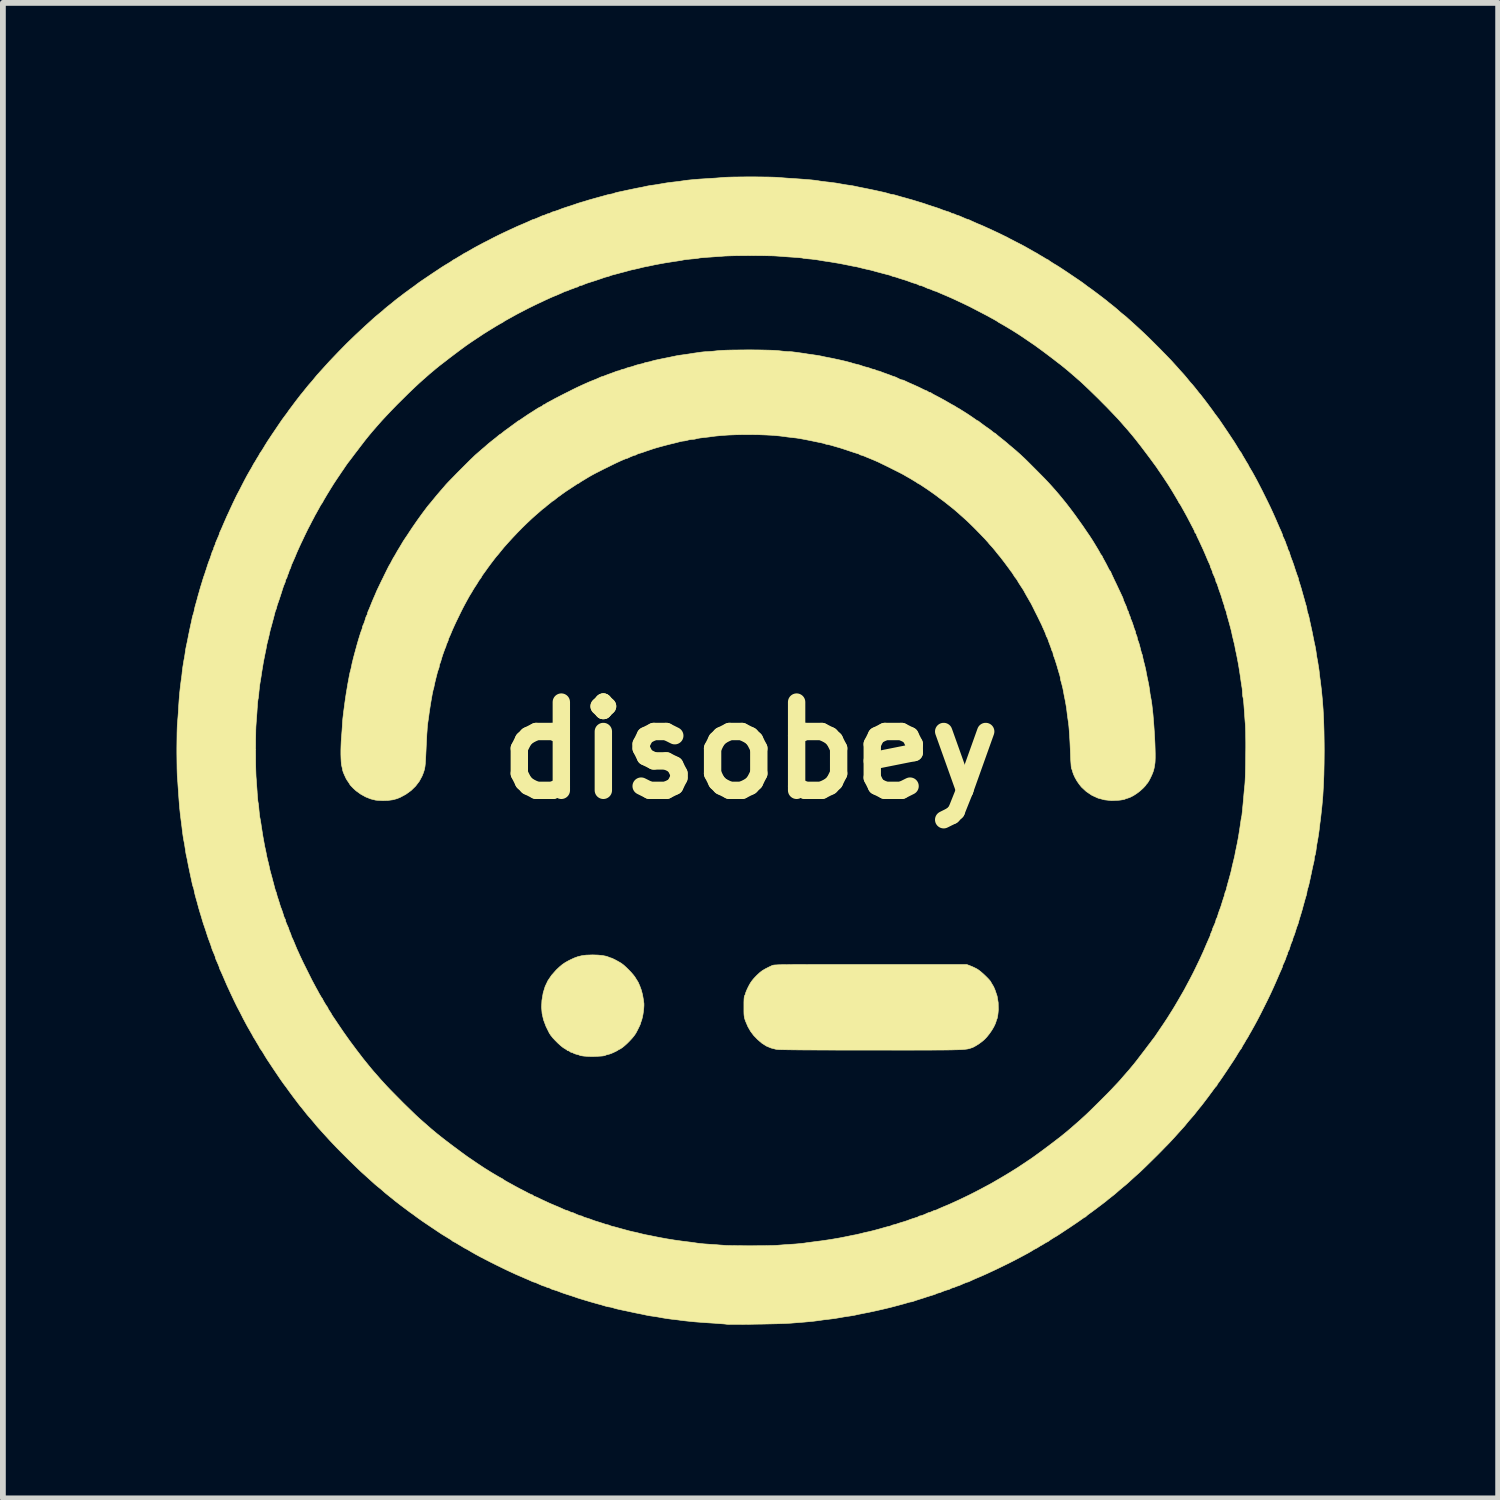
<source format=kicad_pcb>
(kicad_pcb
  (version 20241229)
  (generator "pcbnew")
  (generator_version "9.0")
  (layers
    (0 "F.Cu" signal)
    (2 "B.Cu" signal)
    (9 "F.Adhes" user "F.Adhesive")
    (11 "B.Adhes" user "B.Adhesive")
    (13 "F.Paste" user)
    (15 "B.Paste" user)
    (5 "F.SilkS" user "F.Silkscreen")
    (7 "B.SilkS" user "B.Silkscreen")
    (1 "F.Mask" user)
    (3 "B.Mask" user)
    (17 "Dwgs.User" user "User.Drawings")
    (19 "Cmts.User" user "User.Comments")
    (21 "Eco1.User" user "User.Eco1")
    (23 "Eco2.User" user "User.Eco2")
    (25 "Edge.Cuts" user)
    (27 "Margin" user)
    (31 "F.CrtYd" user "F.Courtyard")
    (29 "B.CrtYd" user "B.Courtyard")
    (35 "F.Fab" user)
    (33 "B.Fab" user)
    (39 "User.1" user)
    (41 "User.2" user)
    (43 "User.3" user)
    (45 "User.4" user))
  (footprint "disobey"
    (layer "F.Cu")
    (at 9.911 9.911)
    (property "Reference" "disobey" (at 0 0 0) (layer "F.SilkS") (effects (font (size 1.524 1.524) (thickness 0.3))))
    (attr through_hole)
    (fp_poly (pts (xy -2.633 3.535) (xy -2.553 3.543) (xy -2.487 3.556) (xy -2.446 3.571) (xy -2.423 3.581) (xy -2.407 3.585) (xy -2.407 3.585) (xy -2.392 3.59) (xy -2.366 3.602) (xy -2.332 3.619) (xy -2.295 3.639) (xy -2.26 3.659) (xy -2.231 3.676) (xy -2.227 3.679) (xy -2.19 3.707) (xy -2.147 3.746) (xy -2.102 3.79) (xy -2.058 3.836) (xy -2.021 3.879) (xy -1.994 3.914) (xy -1.992 3.918) (xy -1.973 3.949) (xy -1.956 3.976) (xy -1.946 3.991) (xy -1.934 4.013) (xy -1.929 4.025) (xy -1.921 4.044) (xy -1.91 4.069) (xy -1.884 4.14) (xy -1.863 4.22) (xy -1.847 4.313) (xy -1.839 4.374) (xy -1.839 4.409) (xy -1.842 4.455) (xy -1.848 4.509) (xy -1.856 4.563) (xy -1.866 4.612) (xy -1.876 4.651) (xy -1.881 4.666) (xy -1.891 4.691) (xy -1.895 4.709) (xy -1.895 4.71) (xy -1.9 4.724) (xy -1.911 4.751) (xy -1.928 4.786) (xy -1.948 4.827) (xy -1.969 4.867) (xy -1.978 4.884) (xy -2.003 4.921) (xy -2.037 4.964) (xy -2.079 5.01) (xy -2.123 5.055) (xy -2.168 5.096) (xy -2.209 5.13) (xy -2.243 5.153) (xy -2.256 5.16) (xy -2.276 5.169) (xy -2.286 5.176) (xy -2.297 5.184) (xy -2.32 5.196) (xy -2.33 5.201) (xy -2.362 5.216) (xy -2.393 5.23) (xy -2.398 5.232) (xy -2.43 5.244) (xy -2.462 5.252) (xy -2.488 5.259) (xy -2.507 5.267) (xy -2.508 5.268) (xy -2.524 5.273) (xy -2.556 5.278) (xy -2.6 5.281) (xy -2.651 5.284) (xy -2.707 5.286) (xy -2.763 5.286) (xy -2.815 5.284) (xy -2.831 5.283) (xy -2.875 5.28) (xy -2.911 5.275) (xy -2.936 5.271) (xy -2.944 5.268) (xy -2.96 5.26) (xy -2.987 5.253) (xy -2.994 5.251) (xy -3.024 5.243) (xy -3.049 5.233) (xy -3.052 5.231) (xy -3.074 5.22) (xy -3.088 5.217) (xy -3.108 5.21) (xy -3.116 5.202) (xy -3.136 5.19) (xy -3.147 5.187) (xy -3.162 5.184) (xy -3.165 5.18) (xy -3.173 5.17) (xy -3.193 5.159) (xy -3.197 5.156) (xy -3.232 5.135) (xy -3.275 5.101) (xy -3.321 5.06) (xy -3.368 5.013) (xy -3.412 4.966) (xy -3.448 4.921) (xy -3.473 4.883) (xy -3.531 4.766) (xy -3.573 4.654) (xy -3.598 4.544) (xy -3.607 4.433) (xy -3.601 4.317) (xy -3.6 4.311) (xy -3.579 4.187) (xy -3.545 4.077) (xy -3.497 3.976) (xy -3.433 3.882) (xy -3.352 3.791) (xy -3.351 3.79) (xy -3.297 3.739) (xy -3.248 3.698) (xy -3.198 3.664) (xy -3.139 3.631) (xy -3.121 3.622) (xy -3.047 3.587) (xy -2.979 3.562) (xy -2.912 3.546) (xy -2.839 3.536) (xy -2.755 3.533) (xy -2.726 3.532) (xy -2.633 3.535)) (stroke (width 0.01) (type solid)) (fill yes) (layer "F.SilkS"))
    (fp_poly (pts (xy 3.8 3.722) (xy 3.845 3.741) (xy 3.893 3.764) (xy 3.922 3.78) (xy 3.951 3.8) (xy 3.987 3.829) (xy 4.026 3.863) (xy 4.066 3.901) (xy 4.102 3.937) (xy 4.131 3.969) (xy 4.15 3.993) (xy 4.153 4) (xy 4.165 4.022) (xy 4.181 4.048) (xy 4.181 4.049) (xy 4.196 4.073) (xy 4.206 4.092) (xy 4.206 4.093) (xy 4.214 4.112) (xy 4.225 4.137) (xy 4.261 4.243) (xy 4.28 4.358) (xy 4.282 4.482) (xy 4.278 4.53) (xy 4.273 4.572) (xy 4.267 4.606) (xy 4.262 4.629) (xy 4.26 4.635) (xy 4.252 4.651) (xy 4.245 4.676) (xy 4.245 4.677) (xy 4.23 4.721) (xy 4.204 4.775) (xy 4.17 4.833) (xy 4.13 4.891) (xy 4.087 4.945) (xy 4.045 4.99) (xy 4.001 5.028) (xy 3.951 5.065) (xy 3.898 5.099) (xy 3.851 5.125) (xy 3.829 5.134) (xy 3.814 5.139) (xy 3.799 5.144) (xy 3.784 5.149) (xy 3.768 5.153) (xy 3.749 5.157) (xy 3.727 5.16) (xy 3.701 5.163) (xy 3.67 5.166) (xy 3.633 5.168) (xy 3.589 5.17) (xy 3.538 5.171) (xy 3.477 5.173) (xy 3.407 5.174) (xy 3.326 5.175) (xy 3.233 5.175) (xy 3.128 5.176) (xy 3.009 5.176) (xy 2.876 5.176) (xy 2.728 5.177) (xy 2.563 5.177) (xy 2.382 5.176) (xy 2.182 5.176) (xy 2.071 5.176) (xy 1.857 5.176) (xy 1.661 5.176) (xy 1.483 5.176) (xy 1.323 5.175) (xy 1.179 5.175) (xy 1.05 5.174) (xy 0.936 5.174) (xy 0.836 5.173) (xy 0.75 5.172) (xy 0.676 5.171) (xy 0.613 5.17) (xy 0.562 5.169) (xy 0.52 5.168) (xy 0.488 5.167) (xy 0.465 5.165) (xy 0.449 5.163) (xy 0.445 5.163) (xy 0.356 5.14) (xy 0.277 5.107) (xy 0.201 5.059) (xy 0.127 4.996) (xy 0.058 4.925) (xy 0.003 4.852) (xy -0.043 4.772) (xy -0.083 4.679) (xy -0.09 4.66) (xy -0.098 4.635) (xy -0.104 4.611) (xy -0.108 4.585) (xy -0.111 4.552) (xy -0.112 4.508) (xy -0.112 4.451) (xy -0.112 4.425) (xy -0.112 4.35) (xy -0.11 4.294) (xy -0.106 4.257) (xy -0.102 4.239) (xy -0.101 4.239) (xy -0.091 4.22) (xy -0.084 4.195) (xy -0.075 4.169) (xy -0.059 4.131) (xy -0.039 4.089) (xy -0.017 4.047) (xy 0.003 4.013) (xy 0.005 4.01) (xy 0.027 3.979) (xy 0.05 3.95) (xy 0.078 3.919) (xy 0.115 3.881) (xy 0.128 3.869) (xy 0.166 3.834) (xy 0.207 3.803) (xy 0.256 3.774) (xy 0.317 3.743) (xy 0.376 3.715) (xy 0.382 3.713) (xy 0.389 3.711) (xy 0.399 3.709) (xy 0.411 3.707) (xy 0.429 3.706) (xy 0.451 3.705) (xy 0.479 3.703) (xy 0.514 3.702) (xy 0.556 3.701) (xy 0.607 3.701) (xy 0.668 3.7) (xy 0.739 3.699) (xy 0.821 3.699) (xy 0.916 3.699) (xy 1.023 3.698) (xy 1.144 3.698) (xy 1.28 3.698) (xy 1.432 3.698) (xy 1.6 3.698) (xy 1.786 3.698) (xy 1.99 3.698) (xy 2.076 3.698) (xy 3.737 3.698) (xy 3.8 3.722)) (stroke (width 0.01) (type solid)) (fill yes) (layer "F.SilkS"))
    (fp_poly (pts (xy 0.081 -6.917) (xy 0.178 -6.916) (xy 0.269 -6.914) (xy 0.35 -6.912) (xy 0.42 -6.909) (xy 0.475 -6.905) (xy 0.503 -6.902) (xy 0.554 -6.896) (xy 0.603 -6.891) (xy 0.645 -6.888) (xy 0.664 -6.888) (xy 0.689 -6.887) (xy 0.719 -6.885) (xy 0.757 -6.88) (xy 0.806 -6.874) (xy 0.868 -6.865) (xy 0.946 -6.854) (xy 0.992 -6.846) (xy 1.038 -6.84) (xy 1.086 -6.833) (xy 1.119 -6.828) (xy 1.16 -6.822) (xy 1.201 -6.815) (xy 1.221 -6.811) (xy 1.256 -6.803) (xy 1.299 -6.794) (xy 1.324 -6.789) (xy 1.393 -6.776) (xy 1.464 -6.761) (xy 1.534 -6.746) (xy 1.6 -6.731) (xy 1.659 -6.717) (xy 1.707 -6.704) (xy 1.742 -6.695) (xy 1.758 -6.689) (xy 1.777 -6.683) (xy 1.805 -6.676) (xy 1.817 -6.673) (xy 1.852 -6.665) (xy 1.886 -6.656) (xy 1.893 -6.654) (xy 1.926 -6.642) (xy 1.956 -6.632) (xy 1.99 -6.622) (xy 2.022 -6.615) (xy 2.052 -6.606) (xy 2.077 -6.596) (xy 2.078 -6.596) (xy 2.102 -6.587) (xy 2.117 -6.584) (xy 2.138 -6.58) (xy 2.163 -6.57) (xy 2.187 -6.559) (xy 2.205 -6.555) (xy 2.224 -6.551) (xy 2.249 -6.542) (xy 2.25 -6.542) (xy 2.276 -6.531) (xy 2.312 -6.518) (xy 2.345 -6.506) (xy 2.382 -6.493) (xy 2.417 -6.48) (xy 2.439 -6.471) (xy 2.463 -6.462) (xy 2.479 -6.457) (xy 2.48 -6.457) (xy 2.494 -6.453) (xy 2.518 -6.443) (xy 2.522 -6.441) (xy 2.552 -6.426) (xy 2.58 -6.412) (xy 2.581 -6.412) (xy 2.604 -6.402) (xy 2.621 -6.399) (xy 2.64 -6.395) (xy 2.664 -6.385) (xy 2.69 -6.372) (xy 2.723 -6.357) (xy 2.735 -6.351) (xy 2.831 -6.309) (xy 2.91 -6.273) (xy 2.971 -6.243) (xy 2.972 -6.242) (xy 3.003 -6.227) (xy 3.027 -6.217) (xy 3.039 -6.213) (xy 3.054 -6.207) (xy 3.064 -6.199) (xy 3.085 -6.186) (xy 3.097 -6.184) (xy 3.115 -6.18) (xy 3.121 -6.175) (xy 3.131 -6.167) (xy 3.155 -6.153) (xy 3.188 -6.135) (xy 3.202 -6.128) (xy 3.291 -6.081) (xy 3.362 -6.042) (xy 3.417 -6.01) (xy 3.43 -6.003) (xy 3.458 -5.986) (xy 3.483 -5.972) (xy 3.491 -5.968) (xy 3.514 -5.956) (xy 3.541 -5.94) (xy 3.541 -5.94) (xy 3.567 -5.923) (xy 3.59 -5.91) (xy 3.59 -5.91) (xy 3.615 -5.896) (xy 3.651 -5.873) (xy 3.696 -5.845) (xy 3.745 -5.814) (xy 3.793 -5.782) (xy 3.837 -5.752) (xy 3.873 -5.727) (xy 3.893 -5.713) (xy 3.911 -5.7) (xy 3.922 -5.695) (xy 3.934 -5.69) (xy 3.94 -5.686) (xy 3.959 -5.671) (xy 3.989 -5.648) (xy 4.027 -5.62) (xy 4.067 -5.591) (xy 4.093 -5.573) (xy 4.122 -5.553) (xy 4.145 -5.536) (xy 4.156 -5.528) (xy 4.186 -5.503) (xy 4.205 -5.489) (xy 4.215 -5.482) (xy 4.219 -5.481) (xy 4.23 -5.475) (xy 4.248 -5.46) (xy 4.25 -5.458) (xy 4.268 -5.442) (xy 4.297 -5.418) (xy 4.331 -5.391) (xy 4.347 -5.378) (xy 4.38 -5.352) (xy 4.408 -5.329) (xy 4.426 -5.314) (xy 4.431 -5.31) (xy 4.444 -5.299) (xy 4.466 -5.279) (xy 4.494 -5.256) (xy 4.545 -5.213) (xy 4.589 -5.176) (xy 4.627 -5.142) (xy 4.663 -5.11) (xy 4.699 -5.076) (xy 4.738 -5.04) (xy 4.782 -4.997) (xy 4.833 -4.946) (xy 4.895 -4.884) (xy 4.924 -4.855) (xy 5.009 -4.769) (xy 5.084 -4.693) (xy 5.15 -4.623) (xy 5.211 -4.556) (xy 5.271 -4.488) (xy 5.332 -4.417) (xy 5.397 -4.338) (xy 5.445 -4.279) (xy 5.494 -4.216) (xy 5.551 -4.141) (xy 5.614 -4.056) (xy 5.678 -3.966) (xy 5.743 -3.875) (xy 5.804 -3.785) (xy 5.861 -3.702) (xy 5.909 -3.628) (xy 5.927 -3.599) (xy 5.964 -3.538) (xy 5.996 -3.485) (xy 6.021 -3.442) (xy 6.039 -3.41) (xy 6.047 -3.393) (xy 6.047 -3.391) (xy 6.053 -3.381) (xy 6.056 -3.38) (xy 6.066 -3.372) (xy 6.076 -3.353) (xy 6.086 -3.331) (xy 6.103 -3.299) (xy 6.12 -3.268) (xy 6.143 -3.226) (xy 6.166 -3.181) (xy 6.18 -3.153) (xy 6.195 -3.124) (xy 6.208 -3.104) (xy 6.215 -3.097) (xy 6.223 -3.089) (xy 6.223 -3.086) (xy 6.227 -3.074) (xy 6.238 -3.048) (xy 6.255 -3.011) (xy 6.276 -2.966) (xy 6.287 -2.942) (xy 6.313 -2.889) (xy 6.338 -2.836) (xy 6.36 -2.789) (xy 6.377 -2.753) (xy 6.381 -2.745) (xy 6.398 -2.709) (xy 6.413 -2.676) (xy 6.424 -2.654) (xy 6.434 -2.632) (xy 6.438 -2.617) (xy 6.438 -2.617) (xy 6.441 -2.605) (xy 6.449 -2.583) (xy 6.465 -2.546) (xy 6.488 -2.495) (xy 6.492 -2.485) (xy 6.502 -2.459) (xy 6.506 -2.44) (xy 6.506 -2.439) (xy 6.511 -2.422) (xy 6.515 -2.418) (xy 6.524 -2.406) (xy 6.531 -2.383) (xy 6.531 -2.383) (xy 6.541 -2.351) (xy 6.551 -2.327) (xy 6.561 -2.304) (xy 6.565 -2.288) (xy 6.569 -2.27) (xy 6.575 -2.259) (xy 6.585 -2.236) (xy 6.598 -2.202) (xy 6.611 -2.163) (xy 6.622 -2.127) (xy 6.623 -2.125) (xy 6.632 -2.096) (xy 6.642 -2.074) (xy 6.651 -2.05) (xy 6.653 -2.035) (xy 6.657 -2.014) (xy 6.668 -1.989) (xy 6.678 -1.963) (xy 6.682 -1.942) (xy 6.686 -1.92) (xy 6.695 -1.893) (xy 6.696 -1.892) (xy 6.709 -1.858) (xy 6.722 -1.812) (xy 6.738 -1.75) (xy 6.744 -1.724) (xy 6.752 -1.694) (xy 6.759 -1.672) (xy 6.762 -1.666) (xy 6.768 -1.65) (xy 6.774 -1.624) (xy 6.775 -1.617) (xy 6.782 -1.583) (xy 6.791 -1.543) (xy 6.795 -1.529) (xy 6.813 -1.459) (xy 6.826 -1.403) (xy 6.835 -1.359) (xy 6.838 -1.338) (xy 6.846 -1.299) (xy 6.854 -1.258) (xy 6.856 -1.25) (xy 6.877 -1.151) (xy 6.893 -1.058) (xy 6.897 -1.026) (xy 6.902 -0.983) (xy 6.91 -0.938) (xy 6.915 -0.913) (xy 6.924 -0.862) (xy 6.934 -0.795) (xy 6.943 -0.715) (xy 6.953 -0.625) (xy 6.961 -0.527) (xy 6.969 -0.425) (xy 6.976 -0.321) (xy 6.982 -0.218) (xy 6.987 -0.119) (xy 6.99 -0.026) (xy 6.992 0.057) (xy 6.992 0.129) (xy 6.99 0.186) (xy 6.988 0.216) (xy 6.981 0.262) (xy 6.973 0.307) (xy 6.964 0.343) (xy 6.963 0.347) (xy 6.951 0.382) (xy 6.934 0.423) (xy 6.914 0.466) (xy 6.894 0.506) (xy 6.874 0.541) (xy 6.858 0.565) (xy 6.847 0.576) (xy 6.846 0.576) (xy 6.839 0.584) (xy 6.838 0.586) (xy 6.832 0.598) (xy 6.815 0.618) (xy 6.79 0.645) (xy 6.781 0.654) (xy 6.73 0.7) (xy 6.674 0.743) (xy 6.617 0.78) (xy 6.563 0.808) (xy 6.517 0.825) (xy 6.513 0.826) (xy 6.488 0.833) (xy 6.471 0.841) (xy 6.457 0.846) (xy 6.429 0.852) (xy 6.39 0.858) (xy 6.361 0.861) (xy 6.237 0.867) (xy 6.117 0.854) (xy 6.004 0.824) (xy 5.899 0.776) (xy 5.802 0.711) (xy 5.718 0.633) (xy 5.679 0.584) (xy 5.64 0.528) (xy 5.606 0.468) (xy 5.58 0.412) (xy 5.564 0.364) (xy 5.564 0.361) (xy 5.556 0.335) (xy 5.548 0.316) (xy 5.547 0.315) (xy 5.544 0.302) (xy 5.54 0.273) (xy 5.537 0.23) (xy 5.533 0.176) (xy 5.53 0.115) (xy 5.529 0.081) (xy 5.524 -0.041) (xy 5.519 -0.152) (xy 5.513 -0.253) (xy 5.507 -0.341) (xy 5.501 -0.414) (xy 5.495 -0.471) (xy 5.49 -0.503) (xy 5.484 -0.543) (xy 5.477 -0.592) (xy 5.471 -0.64) (xy 5.471 -0.64) (xy 5.462 -0.717) (xy 5.45 -0.792) (xy 5.438 -0.859) (xy 5.43 -0.899) (xy 5.422 -0.937) (xy 5.414 -0.979) (xy 5.412 -0.992) (xy 5.397 -1.071) (xy 5.375 -1.159) (xy 5.368 -1.183) (xy 5.359 -1.214) (xy 5.354 -1.24) (xy 5.354 -1.247) (xy 5.351 -1.267) (xy 5.344 -1.296) (xy 5.34 -1.309) (xy 5.329 -1.344) (xy 5.317 -1.386) (xy 5.309 -1.412) (xy 5.291 -1.475) (xy 5.272 -1.534) (xy 5.256 -1.584) (xy 5.242 -1.621) (xy 5.239 -1.628) (xy 5.23 -1.655) (xy 5.227 -1.677) (xy 5.227 -1.677) (xy 5.222 -1.698) (xy 5.218 -1.705) (xy 5.209 -1.72) (xy 5.2 -1.745) (xy 5.199 -1.749) (xy 5.19 -1.778) (xy 5.176 -1.814) (xy 5.168 -1.837) (xy 5.154 -1.872) (xy 5.143 -1.906) (xy 5.137 -1.922) (xy 5.128 -1.945) (xy 5.119 -1.959) (xy 5.119 -1.959) (xy 5.11 -1.973) (xy 5.109 -1.979) (xy 5.105 -1.994) (xy 5.095 -2.022) (xy 5.081 -2.055) (xy 5.079 -2.059) (xy 5.063 -2.096) (xy 5.047 -2.13) (xy 5.037 -2.154) (xy 5.037 -2.154) (xy 5.029 -2.172) (xy 5.014 -2.203) (xy 4.993 -2.245) (xy 4.97 -2.293) (xy 4.944 -2.345) (xy 4.918 -2.396) (xy 4.894 -2.445) (xy 4.873 -2.487) (xy 4.857 -2.519) (xy 4.847 -2.538) (xy 4.846 -2.54) (xy 4.82 -2.584) (xy 4.795 -2.628) (xy 4.771 -2.669) (xy 4.752 -2.703) (xy 4.739 -2.727) (xy 4.734 -2.735) (xy 4.726 -2.751) (xy 4.714 -2.772) (xy 4.695 -2.801) (xy 4.668 -2.842) (xy 4.662 -2.851) (xy 4.643 -2.881) (xy 4.628 -2.904) (xy 4.621 -2.916) (xy 4.621 -2.917) (xy 4.616 -2.927) (xy 4.604 -2.946) (xy 4.589 -2.967) (xy 4.576 -2.984) (xy 4.571 -2.989) (xy 4.564 -3) (xy 4.55 -3.021) (xy 4.543 -3.033) (xy 4.526 -3.059) (xy 4.513 -3.079) (xy 4.509 -3.083) (xy 4.496 -3.1) (xy 4.484 -3.116) (xy 4.472 -3.134) (xy 4.451 -3.162) (xy 4.425 -3.197) (xy 4.397 -3.235) (xy 4.368 -3.273) (xy 4.341 -3.308) (xy 4.319 -3.337) (xy 4.304 -3.355) (xy 4.299 -3.361) (xy 4.291 -3.37) (xy 4.274 -3.391) (xy 4.25 -3.42) (xy 4.24 -3.434) (xy 4.212 -3.468) (xy 4.186 -3.5) (xy 4.166 -3.522) (xy 4.162 -3.527) (xy 4.141 -3.549) (xy 4.116 -3.578) (xy 4.102 -3.596) (xy 4.08 -3.62) (xy 4.048 -3.656) (xy 4.006 -3.699) (xy 3.959 -3.748) (xy 3.909 -3.799) (xy 3.859 -3.85) (xy 3.81 -3.898) (xy 3.767 -3.94) (xy 3.732 -3.973) (xy 3.722 -3.982) (xy 3.666 -4.032) (xy 3.623 -4.07) (xy 3.589 -4.101) (xy 3.562 -4.124) (xy 3.539 -4.144) (xy 3.518 -4.162) (xy 3.496 -4.18) (xy 3.47 -4.201) (xy 3.439 -4.225) (xy 3.403 -4.254) (xy 3.379 -4.273) (xy 3.36 -4.288) (xy 3.343 -4.301) (xy 3.323 -4.316) (xy 3.297 -4.335) (xy 3.27 -4.355) (xy 3.248 -4.371) (xy 3.239 -4.379) (xy 3.211 -4.4) (xy 3.174 -4.427) (xy 3.13 -4.458) (xy 3.083 -4.491) (xy 3.036 -4.523) (xy 2.991 -4.553) (xy 2.952 -4.579) (xy 2.922 -4.598) (xy 2.904 -4.608) (xy 2.903 -4.609) (xy 2.886 -4.617) (xy 2.882 -4.62) (xy 2.872 -4.628) (xy 2.848 -4.643) (xy 2.814 -4.663) (xy 2.774 -4.688) (xy 2.73 -4.713) (xy 2.686 -4.738) (xy 2.647 -4.761) (xy 2.623 -4.774) (xy 2.598 -4.787) (xy 2.559 -4.807) (xy 2.509 -4.832) (xy 2.453 -4.86) (xy 2.394 -4.89) (xy 2.335 -4.919) (xy 2.281 -4.945) (xy 2.234 -4.968) (xy 2.199 -4.985) (xy 2.193 -4.987) (xy 2.153 -5.005) (xy 2.1 -5.027) (xy 2.04 -5.052) (xy 2.032 -5.055) (xy 1.998 -5.069) (xy 1.966 -5.083) (xy 1.957 -5.086) (xy 1.932 -5.095) (xy 1.914 -5.1) (xy 1.913 -5.1) (xy 1.894 -5.106) (xy 1.889 -5.11) (xy 1.872 -5.12) (xy 1.847 -5.128) (xy 1.845 -5.129) (xy 1.823 -5.135) (xy 1.788 -5.146) (xy 1.743 -5.161) (xy 1.695 -5.177) (xy 1.695 -5.177) (xy 1.645 -5.194) (xy 1.596 -5.21) (xy 1.556 -5.223) (xy 1.529 -5.231) (xy 1.493 -5.241) (xy 1.449 -5.254) (xy 1.412 -5.265) (xy 1.376 -5.275) (xy 1.345 -5.282) (xy 1.327 -5.285) (xy 1.326 -5.285) (xy 1.302 -5.29) (xy 1.29 -5.295) (xy 1.271 -5.302) (xy 1.24 -5.309) (xy 1.22 -5.314) (xy 1.178 -5.322) (xy 1.134 -5.331) (xy 1.119 -5.334) (xy 1.077 -5.343) (xy 1.023 -5.354) (xy 0.954 -5.368) (xy 0.874 -5.383) (xy 0.834 -5.39) (xy 0.785 -5.397) (xy 0.738 -5.402) (xy 0.738 -5.402) (xy 0.688 -5.408) (xy 0.635 -5.414) (xy 0.591 -5.421) (xy 0.499 -5.432) (xy 0.392 -5.442) (xy 0.272 -5.448) (xy 0.144 -5.453) (xy 0.01 -5.455) (xy -0.124 -5.455) (xy -0.257 -5.452) (xy -0.383 -5.447) (xy -0.5 -5.439) (xy -0.604 -5.429) (xy -0.669 -5.421) (xy -0.714 -5.414) (xy -0.767 -5.408) (xy -0.818 -5.403) (xy -0.821 -5.402) (xy -0.863 -5.397) (xy -0.9 -5.391) (xy -0.927 -5.385) (xy -0.931 -5.384) (xy -0.96 -5.376) (xy -0.994 -5.373) (xy -0.996 -5.373) (xy -1.028 -5.37) (xy -1.066 -5.363) (xy -1.08 -5.359) (xy -1.114 -5.35) (xy -1.144 -5.345) (xy -1.154 -5.344) (xy -1.179 -5.341) (xy -1.212 -5.334) (xy -1.227 -5.33) (xy -1.268 -5.319) (xy -1.312 -5.308) (xy -1.324 -5.305) (xy -1.391 -5.289) (xy -1.465 -5.27) (xy -1.54 -5.25) (xy -1.612 -5.23) (xy -1.676 -5.211) (xy -1.719 -5.196) (xy -1.803 -5.168) (xy -1.856 -5.149) (xy -1.89 -5.138) (xy -1.923 -5.129) (xy -1.949 -5.12) (xy -1.966 -5.111) (xy -1.967 -5.11) (xy -1.985 -5.1) (xy -1.991 -5.1) (xy -2.011 -5.095) (xy -2.042 -5.083) (xy -2.082 -5.066) (xy -2.104 -5.055) (xy -2.126 -5.045) (xy -2.141 -5.041) (xy -2.141 -5.041) (xy -2.156 -5.037) (xy -2.188 -5.024) (xy -2.235 -5.004) (xy -2.271 -4.987) (xy -2.304 -4.972) (xy -2.348 -4.951) (xy -2.401 -4.925) (xy -2.459 -4.896) (xy -2.519 -4.867) (xy -2.576 -4.838) (xy -2.627 -4.812) (xy -2.669 -4.791) (xy -2.697 -4.776) (xy -2.701 -4.774) (xy -2.745 -4.75) (xy -2.792 -4.723) (xy -2.838 -4.695) (xy -2.881 -4.669) (xy -2.918 -4.647) (xy -2.944 -4.63) (xy -2.957 -4.62) (xy -2.958 -4.619) (xy -2.97 -4.611) (xy -2.971 -4.611) (xy -2.985 -4.606) (xy -3.006 -4.593) (xy -3.007 -4.593) (xy -3.026 -4.579) (xy -3.057 -4.559) (xy -3.095 -4.534) (xy -3.116 -4.52) (xy -3.159 -4.492) (xy -3.202 -4.463) (xy -3.238 -4.437) (xy -3.25 -4.429) (xy -3.28 -4.406) (xy -3.307 -4.387) (xy -3.322 -4.377) (xy -3.343 -4.36) (xy -3.369 -4.339) (xy -3.374 -4.335) (xy -3.394 -4.319) (xy -3.409 -4.309) (xy -3.411 -4.308) (xy -3.423 -4.302) (xy -3.431 -4.296) (xy -3.445 -4.283) (xy -3.469 -4.264) (xy -3.493 -4.245) (xy -3.519 -4.224) (xy -3.538 -4.207) (xy -3.546 -4.2) (xy -3.557 -4.191) (xy -3.572 -4.181) (xy -3.59 -4.167) (xy -3.62 -4.141) (xy -3.661 -4.105) (xy -3.711 -4.062) (xy -3.767 -4.012) (xy -3.795 -3.986) (xy -3.867 -3.918) (xy -3.946 -3.841) (xy -4.028 -3.757) (xy -4.109 -3.671) (xy -4.186 -3.587) (xy -4.257 -3.507) (xy -4.316 -3.435) (xy -4.33 -3.417) (xy -4.352 -3.39) (xy -4.369 -3.37) (xy -4.379 -3.36) (xy -4.386 -3.351) (xy -4.403 -3.33) (xy -4.427 -3.299) (xy -4.455 -3.262) (xy -4.484 -3.224) (xy -4.512 -3.186) (xy -4.537 -3.152) (xy -4.556 -3.126) (xy -4.562 -3.116) (xy -4.577 -3.096) (xy -4.597 -3.068) (xy -4.609 -3.052) (xy -4.626 -3.028) (xy -4.638 -3.01) (xy -4.64 -3.004) (xy -4.646 -2.993) (xy -4.66 -2.972) (xy -4.668 -2.961) (xy -4.686 -2.937) (xy -4.7 -2.916) (xy -4.702 -2.911) (xy -4.711 -2.896) (xy -4.727 -2.87) (xy -4.747 -2.839) (xy -4.748 -2.838) (xy -4.769 -2.806) (xy -4.786 -2.778) (xy -4.797 -2.76) (xy -4.797 -2.76) (xy -4.809 -2.738) (xy -4.825 -2.712) (xy -4.826 -2.711) (xy -4.842 -2.685) (xy -4.855 -2.663) (xy -4.856 -2.662) (xy -4.866 -2.644) (xy -4.882 -2.615) (xy -4.899 -2.584) (xy -4.93 -2.527) (xy -4.966 -2.459) (xy -5.004 -2.383) (xy -5.042 -2.305) (xy -5.08 -2.227) (xy -5.114 -2.154) (xy -5.143 -2.09) (xy -5.165 -2.038) (xy -5.167 -2.032) (xy -5.182 -1.997) (xy -5.196 -1.965) (xy -5.203 -1.951) (xy -5.213 -1.928) (xy -5.217 -1.912) (xy -5.221 -1.896) (xy -5.231 -1.871) (xy -5.236 -1.861) (xy -5.248 -1.834) (xy -5.255 -1.814) (xy -5.256 -1.81) (xy -5.26 -1.791) (xy -5.266 -1.78) (xy -5.273 -1.763) (xy -5.285 -1.732) (xy -5.299 -1.693) (xy -5.314 -1.651) (xy -5.327 -1.611) (xy -5.336 -1.579) (xy -5.341 -1.563) (xy -5.348 -1.536) (xy -5.359 -1.508) (xy -5.369 -1.481) (xy -5.373 -1.457) (xy -5.373 -1.457) (xy -5.377 -1.434) (xy -5.386 -1.406) (xy -5.387 -1.405) (xy -5.398 -1.374) (xy -5.409 -1.338) (xy -5.411 -1.329) (xy -5.428 -1.262) (xy -5.441 -1.21) (xy -5.451 -1.168) (xy -5.458 -1.133) (xy -5.462 -1.115) (xy -5.468 -1.084) (xy -5.474 -1.061) (xy -5.477 -1.054) (xy -5.481 -1.04) (xy -5.487 -1.01) (xy -5.496 -0.968) (xy -5.505 -0.916) (xy -5.515 -0.859) (xy -5.525 -0.8) (xy -5.534 -0.742) (xy -5.542 -0.688) (xy -5.549 -0.642) (xy -5.55 -0.635) (xy -5.556 -0.587) (xy -5.563 -0.538) (xy -5.569 -0.497) (xy -5.57 -0.493) (xy -5.573 -0.469) (xy -5.577 -0.437) (xy -5.581 -0.395) (xy -5.584 -0.343) (xy -5.589 -0.277) (xy -5.593 -0.197) (xy -5.598 -0.102) (xy -5.603 0.011) (xy -5.607 0.089) (xy -5.611 0.165) (xy -5.615 0.225) (xy -5.62 0.274) (xy -5.627 0.315) (xy -5.637 0.353) (xy -5.65 0.391) (xy -5.667 0.434) (xy -5.671 0.444) (xy -5.719 0.533) (xy -5.783 0.617) (xy -5.861 0.693) (xy -5.951 0.758) (xy -6.049 0.811) (xy -6.106 0.834) (xy -6.177 0.853) (xy -6.261 0.864) (xy -6.351 0.867) (xy -6.441 0.862) (xy -6.473 0.859) (xy -6.558 0.838) (xy -6.646 0.803) (xy -6.732 0.755) (xy -6.812 0.697) (xy -6.854 0.659) (xy -6.881 0.631) (xy -6.903 0.608) (xy -6.915 0.594) (xy -6.917 0.591) (xy -6.922 0.58) (xy -6.936 0.559) (xy -6.943 0.548) (xy -6.965 0.517) (xy -6.984 0.485) (xy -6.987 0.479) (xy -7.014 0.42) (xy -7.033 0.375) (xy -7.042 0.345) (xy -7.044 0.335) (xy -7.047 0.316) (xy -7.054 0.286) (xy -7.058 0.27) (xy -7.064 0.24) (xy -7.068 0.194) (xy -7.071 0.136) (xy -7.073 0.069) (xy -7.073 -0.003) (xy -7.071 -0.077) (xy -7.068 -0.149) (xy -7.064 -0.215) (xy -7.063 -0.225) (xy -7.058 -0.283) (xy -7.053 -0.35) (xy -7.049 -0.412) (xy -7.048 -0.43) (xy -7.046 -0.469) (xy -7.043 -0.51) (xy -7.039 -0.554) (xy -7.033 -0.604) (xy -7.026 -0.665) (xy -7.016 -0.739) (xy -7.004 -0.83) (xy -7.004 -0.83) (xy -6.993 -0.907) (xy -6.981 -0.987) (xy -6.967 -1.069) (xy -6.954 -1.148) (xy -6.94 -1.222) (xy -6.928 -1.287) (xy -6.917 -1.341) (xy -6.907 -1.378) (xy -6.905 -1.385) (xy -6.898 -1.414) (xy -6.89 -1.451) (xy -6.887 -1.463) (xy -6.883 -1.488) (xy -6.877 -1.514) (xy -6.869 -1.545) (xy -6.86 -1.584) (xy -6.847 -1.633) (xy -6.83 -1.696) (xy -6.815 -1.751) (xy -6.794 -1.828) (xy -6.773 -1.901) (xy -6.753 -1.966) (xy -6.736 -2.021) (xy -6.722 -2.061) (xy -6.715 -2.077) (xy -6.706 -2.103) (xy -6.702 -2.123) (xy -6.702 -2.124) (xy -6.697 -2.146) (xy -6.692 -2.157) (xy -6.681 -2.18) (xy -6.668 -2.213) (xy -6.656 -2.25) (xy -6.647 -2.282) (xy -6.646 -2.286) (xy -6.636 -2.313) (xy -6.627 -2.33) (xy -6.616 -2.352) (xy -6.614 -2.366) (xy -6.609 -2.386) (xy -6.6 -2.41) (xy -6.588 -2.435) (xy -6.574 -2.469) (xy -6.565 -2.491) (xy -6.546 -2.539) (xy -6.53 -2.578) (xy -6.513 -2.618) (xy -6.511 -2.623) (xy -6.499 -2.65) (xy -6.484 -2.684) (xy -6.477 -2.701) (xy -6.466 -2.727) (xy -6.456 -2.751) (xy -6.445 -2.775) (xy -6.432 -2.802) (xy -6.416 -2.835) (xy -6.396 -2.877) (xy -6.37 -2.931) (xy -6.336 -2.999) (xy -6.334 -3.004) (xy -6.306 -3.061) (xy -6.281 -3.112) (xy -6.26 -3.154) (xy -6.244 -3.185) (xy -6.235 -3.202) (xy -6.233 -3.204) (xy -6.226 -3.215) (xy -6.213 -3.238) (xy -6.2 -3.263) (xy -6.182 -3.298) (xy -6.164 -3.33) (xy -6.154 -3.346) (xy -6.139 -3.37) (xy -6.129 -3.389) (xy -6.128 -3.39) (xy -6.12 -3.404) (xy -6.105 -3.431) (xy -6.085 -3.465) (xy -6.072 -3.486) (xy -6.049 -3.524) (xy -6.028 -3.559) (xy -6.013 -3.585) (xy -6.008 -3.593) (xy -5.995 -3.615) (xy -5.986 -3.629) (xy -5.978 -3.64) (xy -5.962 -3.665) (xy -5.938 -3.7) (xy -5.91 -3.742) (xy -5.888 -3.776) (xy -5.845 -3.841) (xy -5.798 -3.909) (xy -5.75 -3.978) (xy -5.702 -4.045) (xy -5.656 -4.108) (xy -5.614 -4.164) (xy -5.579 -4.211) (xy -5.551 -4.245) (xy -5.538 -4.26) (xy -5.525 -4.275) (xy -5.505 -4.299) (xy -5.486 -4.323) (xy -5.454 -4.362) (xy -5.412 -4.413) (xy -5.358 -4.476) (xy -5.291 -4.553) (xy -5.267 -4.582) (xy -5.246 -4.605) (xy -5.213 -4.64) (xy -5.17 -4.684) (xy -5.121 -4.734) (xy -5.067 -4.79) (xy -5.01 -4.847) (xy -4.953 -4.904) (xy -4.898 -4.959) (xy -4.848 -5.009) (xy -4.804 -5.051) (xy -4.769 -5.085) (xy -4.748 -5.105) (xy -4.718 -5.131) (xy -4.681 -5.163) (xy -4.644 -5.195) (xy -4.641 -5.198) (xy -4.61 -5.224) (xy -4.583 -5.247) (xy -4.565 -5.263) (xy -4.562 -5.266) (xy -4.544 -5.282) (xy -4.52 -5.302) (xy -4.488 -5.328) (xy -4.444 -5.363) (xy -4.425 -5.378) (xy -4.392 -5.404) (xy -4.364 -5.428) (xy -4.344 -5.444) (xy -4.339 -5.448) (xy -4.325 -5.459) (xy -4.32 -5.461) (xy -4.309 -5.467) (xy -4.29 -5.482) (xy -4.282 -5.488) (xy -4.257 -5.509) (xy -4.234 -5.527) (xy -4.23 -5.529) (xy -4.212 -5.542) (xy -4.183 -5.563) (xy -4.149 -5.588) (xy -4.111 -5.616) (xy -4.076 -5.642) (xy -4.045 -5.664) (xy -4.025 -5.68) (xy -4.018 -5.685) (xy -4.004 -5.694) (xy -4 -5.695) (xy -3.989 -5.701) (xy -3.971 -5.713) (xy -3.942 -5.733) (xy -3.898 -5.763) (xy -3.842 -5.801) (xy -3.774 -5.844) (xy -3.698 -5.893) (xy -3.659 -5.917) (xy -3.634 -5.93) (xy -3.612 -5.94) (xy -3.593 -5.951) (xy -3.585 -5.96) (xy -3.577 -5.968) (xy -3.571 -5.969) (xy -3.553 -5.975) (xy -3.544 -5.981) (xy -3.526 -5.995) (xy -3.507 -6.006) (xy -3.488 -6.015) (xy -3.457 -6.032) (xy -3.419 -6.052) (xy -3.395 -6.066) (xy -3.361 -6.084) (xy -3.314 -6.108) (xy -3.258 -6.137) (xy -3.197 -6.168) (xy -3.134 -6.199) (xy -3.074 -6.23) (xy -3.019 -6.257) (xy -2.973 -6.279) (xy -2.94 -6.294) (xy -2.936 -6.296) (xy -2.912 -6.307) (xy -2.877 -6.323) (xy -2.843 -6.338) (xy -2.803 -6.356) (xy -2.763 -6.373) (xy -2.735 -6.384) (xy -2.66 -6.414) (xy -2.6 -6.441) (xy -2.595 -6.444) (xy -2.573 -6.453) (xy -2.558 -6.457) (xy -2.558 -6.457) (xy -2.543 -6.461) (xy -2.519 -6.47) (xy -2.517 -6.471) (xy -2.491 -6.481) (xy -2.456 -6.495) (xy -2.423 -6.506) (xy -2.385 -6.52) (xy -2.35 -6.533) (xy -2.328 -6.542) (xy -2.303 -6.551) (xy -2.284 -6.555) (xy -2.283 -6.555) (xy -2.265 -6.559) (xy -2.241 -6.57) (xy -2.215 -6.58) (xy -2.195 -6.584) (xy -2.172 -6.589) (xy -2.156 -6.596) (xy -2.131 -6.606) (xy -2.101 -6.614) (xy -2.1 -6.615) (xy -2.066 -6.623) (xy -2.034 -6.632) (xy -2.001 -6.644) (xy -1.971 -6.654) (xy -1.942 -6.662) (xy -1.905 -6.671) (xy -1.89 -6.674) (xy -1.86 -6.681) (xy -1.838 -6.688) (xy -1.832 -6.692) (xy -1.817 -6.697) (xy -1.79 -6.703) (xy -1.773 -6.706) (xy -1.743 -6.712) (xy -1.721 -6.717) (xy -1.714 -6.72) (xy -1.7 -6.725) (xy -1.673 -6.732) (xy -1.646 -6.739) (xy -1.542 -6.761) (xy -1.453 -6.779) (xy -1.402 -6.789) (xy -1.361 -6.798) (xy -1.32 -6.806) (xy -1.299 -6.811) (xy -1.264 -6.818) (xy -1.221 -6.825) (xy -1.197 -6.828) (xy -1.154 -6.834) (xy -1.105 -6.841) (xy -1.07 -6.846) (xy -0.983 -6.86) (xy -0.913 -6.87) (xy -0.858 -6.878) (xy -0.815 -6.883) (xy -0.782 -6.886) (xy -0.756 -6.887) (xy -0.747 -6.887) (xy -0.717 -6.889) (xy -0.674 -6.892) (xy -0.624 -6.897) (xy -0.581 -6.902) (xy -0.536 -6.906) (xy -0.474 -6.91) (xy -0.399 -6.913) (xy -0.313 -6.915) (xy -0.219 -6.916) (xy -0.12 -6.917) (xy -0.019 -6.918) (xy 0.081 -6.917)) (stroke (width 0.01) (type solid)) (fill yes) (layer "F.SilkS"))
    (fp_poly (pts (xy 0.054 -9.906) (xy 0.147 -9.905) (xy 0.235 -9.904) (xy 0.316 -9.903) (xy 0.387 -9.901) (xy 0.444 -9.899) (xy 0.483 -9.896) (xy 0.533 -9.892) (xy 0.596 -9.887) (xy 0.664 -9.882) (xy 0.73 -9.878) (xy 0.747 -9.877) (xy 0.861 -9.869) (xy 0.962 -9.861) (xy 1.05 -9.854) (xy 1.122 -9.846) (xy 1.177 -9.838) (xy 1.187 -9.836) (xy 1.226 -9.83) (xy 1.275 -9.824) (xy 1.323 -9.818) (xy 1.329 -9.818) (xy 1.479 -9.799) (xy 1.602 -9.777) (xy 1.644 -9.77) (xy 1.692 -9.763) (xy 1.714 -9.76) (xy 1.756 -9.754) (xy 1.797 -9.746) (xy 1.817 -9.742) (xy 1.852 -9.734) (xy 1.895 -9.725) (xy 1.92 -9.72) (xy 2.006 -9.703) (xy 2.108 -9.682) (xy 2.174 -9.668) (xy 2.218 -9.658) (xy 2.264 -9.648) (xy 2.296 -9.641) (xy 2.334 -9.632) (xy 2.371 -9.622) (xy 2.386 -9.617) (xy 2.416 -9.608) (xy 2.44 -9.603) (xy 2.444 -9.603) (xy 2.465 -9.6) (xy 2.496 -9.593) (xy 2.509 -9.589) (xy 2.547 -9.578) (xy 2.589 -9.566) (xy 2.608 -9.56) (xy 2.675 -9.542) (xy 2.738 -9.524) (xy 2.792 -9.509) (xy 2.818 -9.501) (xy 2.848 -9.492) (xy 2.887 -9.48) (xy 2.929 -9.467) (xy 2.931 -9.467) (xy 2.969 -9.455) (xy 3.001 -9.445) (xy 3.022 -9.438) (xy 3.024 -9.437) (xy 3.042 -9.43) (xy 3.073 -9.42) (xy 3.111 -9.408) (xy 3.121 -9.404) (xy 3.187 -9.383) (xy 3.236 -9.367) (xy 3.272 -9.354) (xy 3.287 -9.348) (xy 3.322 -9.334) (xy 3.362 -9.321) (xy 3.397 -9.309) (xy 3.419 -9.303) (xy 3.447 -9.293) (xy 3.463 -9.284) (xy 3.484 -9.274) (xy 3.497 -9.271) (xy 3.516 -9.267) (xy 3.54 -9.256) (xy 3.562 -9.246) (xy 3.577 -9.242) (xy 3.577 -9.242) (xy 3.589 -9.239) (xy 3.612 -9.23) (xy 3.649 -9.214) (xy 3.702 -9.191) (xy 3.709 -9.187) (xy 3.733 -9.178) (xy 3.749 -9.173) (xy 3.75 -9.173) (xy 3.765 -9.169) (xy 3.787 -9.16) (xy 3.787 -9.16) (xy 3.822 -9.143) (xy 3.871 -9.121) (xy 3.93 -9.095) (xy 3.991 -9.07) (xy 4.03 -9.053) (xy 4.082 -9.029) (xy 4.143 -9.002) (xy 4.207 -8.972) (xy 4.273 -8.941) (xy 4.335 -8.911) (xy 4.39 -8.884) (xy 4.434 -8.863) (xy 4.457 -8.85) (xy 4.481 -8.837) (xy 4.491 -8.832) (xy 4.507 -8.824) (xy 4.536 -8.809) (xy 4.572 -8.79) (xy 4.596 -8.778) (xy 4.729 -8.709) (xy 4.863 -8.633) (xy 4.865 -8.632) (xy 4.896 -8.614) (xy 4.921 -8.6) (xy 4.933 -8.594) (xy 4.951 -8.584) (xy 4.975 -8.569) (xy 4.977 -8.568) (xy 5.003 -8.551) (xy 5.026 -8.539) (xy 5.026 -8.538) (xy 5.048 -8.526) (xy 5.074 -8.51) (xy 5.075 -8.509) (xy 5.103 -8.492) (xy 5.128 -8.479) (xy 5.129 -8.479) (xy 5.149 -8.469) (xy 5.158 -8.461) (xy 5.168 -8.453) (xy 5.191 -8.438) (xy 5.222 -8.418) (xy 5.231 -8.412) (xy 5.261 -8.394) (xy 5.286 -8.38) (xy 5.307 -8.366) (xy 5.329 -8.353) (xy 5.353 -8.337) (xy 5.384 -8.317) (xy 5.423 -8.291) (xy 5.473 -8.258) (xy 5.517 -8.228) (xy 5.603 -8.17) (xy 5.674 -8.122) (xy 5.729 -8.084) (xy 5.771 -8.053) (xy 5.799 -8.032) (xy 5.811 -8.022) (xy 5.835 -8.005) (xy 5.862 -7.986) (xy 5.886 -7.969) (xy 5.92 -7.944) (xy 5.96 -7.914) (xy 6.003 -7.882) (xy 6.046 -7.849) (xy 6.087 -7.818) (xy 6.122 -7.791) (xy 6.148 -7.771) (xy 6.163 -7.759) (xy 6.164 -7.757) (xy 6.174 -7.749) (xy 6.195 -7.732) (xy 6.224 -7.709) (xy 6.238 -7.698) (xy 6.293 -7.654) (xy 6.337 -7.617) (xy 6.374 -7.584) (xy 6.378 -7.58) (xy 6.394 -7.566) (xy 6.419 -7.545) (xy 6.442 -7.527) (xy 6.471 -7.504) (xy 6.495 -7.484) (xy 6.507 -7.473) (xy 6.523 -7.458) (xy 6.547 -7.437) (xy 6.561 -7.424) (xy 6.649 -7.345) (xy 6.726 -7.274) (xy 6.798 -7.207) (xy 6.868 -7.14) (xy 6.94 -7.069) (xy 7.02 -6.989) (xy 7.024 -6.985) (xy 7.081 -6.928) (xy 7.137 -6.87) (xy 7.191 -6.815) (xy 7.24 -6.764) (xy 7.28 -6.722) (xy 7.307 -6.692) (xy 7.366 -6.627) (xy 7.416 -6.57) (xy 7.464 -6.518) (xy 7.483 -6.497) (xy 7.497 -6.481) (xy 7.518 -6.456) (xy 7.537 -6.433) (xy 7.599 -6.357) (xy 7.64 -6.312) (xy 7.652 -6.297) (xy 7.673 -6.272) (xy 7.698 -6.24) (xy 7.708 -6.228) (xy 7.732 -6.197) (xy 7.752 -6.172) (xy 7.765 -6.157) (xy 7.767 -6.155) (xy 7.776 -6.145) (xy 7.793 -6.122) (xy 7.818 -6.09) (xy 7.848 -6.051) (xy 7.881 -6.008) (xy 7.913 -5.965) (xy 7.944 -5.923) (xy 7.971 -5.887) (xy 7.991 -5.859) (xy 7.996 -5.852) (xy 8.016 -5.823) (xy 8.033 -5.8) (xy 8.042 -5.789) (xy 8.064 -5.76) (xy 8.095 -5.718) (xy 8.134 -5.661) (xy 8.182 -5.59) (xy 8.238 -5.507) (xy 8.278 -5.447) (xy 8.309 -5.4) (xy 8.333 -5.364) (xy 8.352 -5.336) (xy 8.367 -5.312) (xy 8.38 -5.291) (xy 8.394 -5.269) (xy 8.409 -5.243) (xy 8.422 -5.222) (xy 8.442 -5.189) (xy 8.459 -5.164) (xy 8.469 -5.15) (xy 8.471 -5.148) (xy 8.48 -5.136) (xy 8.489 -5.119) (xy 8.502 -5.093) (xy 8.519 -5.066) (xy 8.519 -5.065) (xy 8.535 -5.039) (xy 8.548 -5.017) (xy 8.548 -5.016) (xy 8.56 -4.995) (xy 8.577 -4.969) (xy 8.577 -4.968) (xy 8.594 -4.941) (xy 8.606 -4.917) (xy 8.606 -4.917) (xy 8.617 -4.895) (xy 8.634 -4.867) (xy 8.639 -4.858) (xy 8.669 -4.808) (xy 8.705 -4.743) (xy 8.747 -4.666) (xy 8.792 -4.579) (xy 8.84 -4.486) (xy 8.888 -4.389) (xy 8.936 -4.292) (xy 8.982 -4.197) (xy 9.024 -4.106) (xy 9.061 -4.023) (xy 9.081 -3.978) (xy 9.1 -3.933) (xy 9.114 -3.901) (xy 9.124 -3.878) (xy 9.132 -3.859) (xy 9.138 -3.846) (xy 9.163 -3.791) (xy 9.18 -3.751) (xy 9.19 -3.726) (xy 9.193 -3.713) (xy 9.193 -3.713) (xy 9.197 -3.696) (xy 9.202 -3.685) (xy 9.214 -3.662) (xy 9.227 -3.632) (xy 9.24 -3.602) (xy 9.249 -3.578) (xy 9.251 -3.567) (xy 9.256 -3.553) (xy 9.266 -3.531) (xy 9.266 -3.53) (xy 9.276 -3.506) (xy 9.281 -3.487) (xy 9.286 -3.468) (xy 9.294 -3.453) (xy 9.307 -3.428) (xy 9.313 -3.409) (xy 9.32 -3.383) (xy 9.332 -3.347) (xy 9.346 -3.307) (xy 9.358 -3.278) (xy 9.368 -3.25) (xy 9.382 -3.211) (xy 9.399 -3.158) (xy 9.414 -3.111) (xy 9.428 -3.071) (xy 9.441 -3.033) (xy 9.451 -3.006) (xy 9.453 -3.003) (xy 9.462 -2.978) (xy 9.466 -2.96) (xy 9.466 -2.959) (xy 9.469 -2.942) (xy 9.477 -2.916) (xy 9.48 -2.907) (xy 9.495 -2.86) (xy 9.515 -2.795) (xy 9.538 -2.712) (xy 9.567 -2.61) (xy 9.569 -2.603) (xy 9.58 -2.563) (xy 9.592 -2.521) (xy 9.599 -2.5) (xy 9.607 -2.468) (xy 9.612 -2.442) (xy 9.613 -2.434) (xy 9.616 -2.411) (xy 9.624 -2.382) (xy 9.626 -2.377) (xy 9.636 -2.345) (xy 9.647 -2.306) (xy 9.651 -2.286) (xy 9.659 -2.247) (xy 9.669 -2.2) (xy 9.677 -2.164) (xy 9.701 -2.055) (xy 9.72 -1.959) (xy 9.73 -1.91) (xy 9.738 -1.869) (xy 9.747 -1.828) (xy 9.752 -1.807) (xy 9.759 -1.772) (xy 9.766 -1.729) (xy 9.77 -1.705) (xy 9.776 -1.661) (xy 9.783 -1.614) (xy 9.787 -1.592) (xy 9.797 -1.54) (xy 9.806 -1.483) (xy 9.815 -1.427) (xy 9.822 -1.379) (xy 9.825 -1.353) (xy 9.827 -1.327) (xy 9.832 -1.288) (xy 9.838 -1.241) (xy 9.843 -1.206) (xy 9.863 -1.042) (xy 9.879 -0.875) (xy 9.892 -0.703) (xy 9.901 -0.522) (xy 9.907 -0.329) (xy 9.91 -0.122) (xy 9.911 0.005) (xy 9.909 0.222) (xy 9.905 0.423) (xy 9.897 0.61) (xy 9.887 0.787) (xy 9.872 0.957) (xy 9.854 1.122) (xy 9.843 1.216) (xy 9.836 1.265) (xy 9.831 1.31) (xy 9.826 1.346) (xy 9.825 1.363) (xy 9.82 1.4) (xy 9.813 1.451) (xy 9.804 1.508) (xy 9.794 1.565) (xy 9.787 1.602) (xy 9.78 1.641) (xy 9.774 1.688) (xy 9.769 1.726) (xy 9.764 1.763) (xy 9.757 1.796) (xy 9.751 1.815) (xy 9.751 1.815) (xy 9.743 1.839) (xy 9.74 1.868) (xy 9.737 1.901) (xy 9.73 1.934) (xy 9.723 1.962) (xy 9.714 2) (xy 9.706 2.037) (xy 9.696 2.085) (xy 9.685 2.139) (xy 9.677 2.174) (xy 9.668 2.218) (xy 9.658 2.264) (xy 9.651 2.296) (xy 9.642 2.334) (xy 9.631 2.371) (xy 9.626 2.386) (xy 9.618 2.416) (xy 9.613 2.44) (xy 9.613 2.444) (xy 9.61 2.465) (xy 9.603 2.496) (xy 9.599 2.509) (xy 9.584 2.557) (xy 9.567 2.619) (xy 9.545 2.698) (xy 9.538 2.726) (xy 9.528 2.762) (xy 9.518 2.795) (xy 9.514 2.809) (xy 9.5 2.854) (xy 9.484 2.906) (xy 9.47 2.955) (xy 9.466 2.973) (xy 9.457 3.001) (xy 9.449 3.024) (xy 9.447 3.026) (xy 9.44 3.044) (xy 9.43 3.074) (xy 9.419 3.11) (xy 9.417 3.116) (xy 9.405 3.155) (xy 9.393 3.19) (xy 9.383 3.214) (xy 9.382 3.216) (xy 9.372 3.24) (xy 9.369 3.257) (xy 9.364 3.279) (xy 9.359 3.29) (xy 9.348 3.313) (xy 9.335 3.347) (xy 9.323 3.383) (xy 9.314 3.415) (xy 9.313 3.419) (xy 9.303 3.447) (xy 9.294 3.463) (xy 9.283 3.484) (xy 9.281 3.497) (xy 9.276 3.516) (xy 9.266 3.54) (xy 9.256 3.562) (xy 9.251 3.577) (xy 9.251 3.577) (xy 9.248 3.591) (xy 9.238 3.616) (xy 9.225 3.646) (xy 9.212 3.676) (xy 9.202 3.695) (xy 9.194 3.715) (xy 9.193 3.723) (xy 9.189 3.738) (xy 9.179 3.764) (xy 9.172 3.78) (xy 9.157 3.813) (xy 9.143 3.844) (xy 9.139 3.854) (xy 9.126 3.883) (xy 9.112 3.916) (xy 9.111 3.92) (xy 9.096 3.953) (xy 9.082 3.985) (xy 9.081 3.988) (xy 9.038 4.085) (xy 8.989 4.192) (xy 8.934 4.307) (xy 8.875 4.425) (xy 8.816 4.543) (xy 8.758 4.655) (xy 8.702 4.758) (xy 8.651 4.849) (xy 8.638 4.872) (xy 8.621 4.901) (xy 8.608 4.924) (xy 8.604 4.933) (xy 8.594 4.951) (xy 8.579 4.975) (xy 8.577 4.977) (xy 8.561 5.003) (xy 8.548 5.026) (xy 8.548 5.026) (xy 8.536 5.048) (xy 8.519 5.074) (xy 8.519 5.075) (xy 8.502 5.103) (xy 8.489 5.128) (xy 8.489 5.129) (xy 8.479 5.149) (xy 8.471 5.158) (xy 8.463 5.168) (xy 8.447 5.191) (xy 8.428 5.222) (xy 8.422 5.231) (xy 8.404 5.261) (xy 8.39 5.285) (xy 8.376 5.307) (xy 8.363 5.328) (xy 8.347 5.353) (xy 8.327 5.383) (xy 8.301 5.422) (xy 8.268 5.472) (xy 8.237 5.519) (xy 8.2 5.574) (xy 8.165 5.626) (xy 8.134 5.671) (xy 8.109 5.707) (xy 8.092 5.731) (xy 8.088 5.736) (xy 8.071 5.759) (xy 8.061 5.777) (xy 8.06 5.782) (xy 8.052 5.795) (xy 8.046 5.8) (xy 8.034 5.812) (xy 8.016 5.835) (xy 7.996 5.862) (xy 7.979 5.886) (xy 7.954 5.919) (xy 7.925 5.959) (xy 7.893 6.002) (xy 7.86 6.045) (xy 7.829 6.086) (xy 7.802 6.121) (xy 7.781 6.148) (xy 7.769 6.162) (xy 7.767 6.164) (xy 7.759 6.174) (xy 7.742 6.195) (xy 7.719 6.224) (xy 7.708 6.238) (xy 7.682 6.271) (xy 7.66 6.299) (xy 7.643 6.318) (xy 7.64 6.322) (xy 7.574 6.397) (xy 7.537 6.442) (xy 7.514 6.471) (xy 7.494 6.495) (xy 7.483 6.507) (xy 7.436 6.559) (xy 7.389 6.611) (xy 7.337 6.669) (xy 7.307 6.702) (xy 7.271 6.741) (xy 7.223 6.792) (xy 7.165 6.851) (xy 7.102 6.916) (xy 7.035 6.984) (xy 6.966 7.052) (xy 6.898 7.119) (xy 6.835 7.181) (xy 6.778 7.236) (xy 6.73 7.282) (xy 6.702 7.307) (xy 6.639 7.363) (xy 6.585 7.412) (xy 6.534 7.459) (xy 6.507 7.483) (xy 6.491 7.497) (xy 6.466 7.518) (xy 6.442 7.537) (xy 6.359 7.607) (xy 6.322 7.64) (xy 6.307 7.653) (xy 6.282 7.674) (xy 6.25 7.699) (xy 6.238 7.708) (xy 6.207 7.733) (xy 6.182 7.752) (xy 6.167 7.765) (xy 6.164 7.767) (xy 6.154 7.776) (xy 6.132 7.794) (xy 6.099 7.819) (xy 6.06 7.849) (xy 6.017 7.881) (xy 5.974 7.914) (xy 5.933 7.944) (xy 5.897 7.971) (xy 5.869 7.991) (xy 5.862 7.996) (xy 5.833 8.017) (xy 5.811 8.035) (xy 5.8 8.046) (xy 5.787 8.058) (xy 5.782 8.06) (xy 5.769 8.065) (xy 5.747 8.08) (xy 5.736 8.088) (xy 5.717 8.101) (xy 5.685 8.124) (xy 5.643 8.153) (xy 5.593 8.187) (xy 5.539 8.223) (xy 5.519 8.237) (xy 5.458 8.277) (xy 5.411 8.308) (xy 5.375 8.332) (xy 5.346 8.351) (xy 5.323 8.366) (xy 5.302 8.38) (xy 5.28 8.393) (xy 5.254 8.408) (xy 5.231 8.422) (xy 5.199 8.442) (xy 5.174 8.459) (xy 5.159 8.469) (xy 5.158 8.471) (xy 5.146 8.48) (xy 5.129 8.489) (xy 5.103 8.502) (xy 5.075 8.519) (xy 5.075 8.519) (xy 5.049 8.535) (xy 5.027 8.548) (xy 5.026 8.548) (xy 5.004 8.56) (xy 4.978 8.577) (xy 4.977 8.577) (xy 4.951 8.594) (xy 4.927 8.606) (xy 4.927 8.606) (xy 4.905 8.617) (xy 4.877 8.634) (xy 4.868 8.639) (xy 4.814 8.672) (xy 4.744 8.71) (xy 4.662 8.754) (xy 4.571 8.802) (xy 4.473 8.852) (xy 4.371 8.902) (xy 4.268 8.952) (xy 4.166 9) (xy 4.069 9.045) (xy 3.979 9.085) (xy 3.922 9.109) (xy 3.882 9.126) (xy 3.842 9.144) (xy 3.807 9.16) (xy 3.783 9.172) (xy 3.778 9.174) (xy 3.759 9.182) (xy 3.751 9.183) (xy 3.74 9.186) (xy 3.718 9.194) (xy 3.684 9.208) (xy 3.634 9.23) (xy 3.618 9.238) (xy 3.594 9.247) (xy 3.578 9.251) (xy 3.578 9.251) (xy 3.563 9.256) (xy 3.541 9.266) (xy 3.54 9.266) (xy 3.516 9.276) (xy 3.497 9.281) (xy 3.478 9.286) (xy 3.463 9.294) (xy 3.438 9.307) (xy 3.419 9.313) (xy 3.389 9.321) (xy 3.353 9.333) (xy 3.318 9.346) (xy 3.293 9.357) (xy 3.29 9.359) (xy 3.268 9.367) (xy 3.257 9.369) (xy 3.237 9.373) (xy 3.216 9.382) (xy 3.194 9.392) (xy 3.16 9.404) (xy 3.121 9.416) (xy 3.116 9.417) (xy 3.079 9.429) (xy 3.046 9.439) (xy 3.025 9.446) (xy 3.024 9.447) (xy 3.005 9.453) (xy 2.974 9.463) (xy 2.936 9.475) (xy 2.931 9.476) (xy 2.891 9.489) (xy 2.853 9.501) (xy 2.827 9.511) (xy 2.825 9.511) (xy 2.799 9.521) (xy 2.778 9.525) (xy 2.777 9.525) (xy 2.757 9.528) (xy 2.729 9.535) (xy 2.716 9.539) (xy 2.68 9.55) (xy 2.638 9.562) (xy 2.618 9.567) (xy 2.575 9.579) (xy 2.529 9.591) (xy 2.511 9.596) (xy 2.412 9.622) (xy 2.299 9.649) (xy 2.177 9.677) (xy 2.052 9.704) (xy 1.928 9.728) (xy 1.92 9.73) (xy 1.879 9.738) (xy 1.837 9.747) (xy 1.817 9.752) (xy 1.782 9.759) (xy 1.739 9.766) (xy 1.714 9.77) (xy 1.67 9.776) (xy 1.624 9.783) (xy 1.602 9.787) (xy 1.463 9.811) (xy 1.329 9.828) (xy 1.281 9.833) (xy 1.232 9.84) (xy 1.191 9.846) (xy 1.187 9.846) (xy 1.146 9.852) (xy 1.091 9.859) (xy 1.02 9.866) (xy 0.934 9.874) (xy 0.83 9.882) (xy 0.707 9.892) (xy 0.694 9.893) (xy 0.652 9.895) (xy 0.597 9.898) (xy 0.53 9.9) (xy 0.453 9.903) (xy 0.37 9.905) (xy 0.281 9.907) (xy 0.189 9.909) (xy 0.097 9.91) (xy 0.006 9.912) (xy -0.082 9.913) (xy -0.164 9.914) (xy -0.238 9.914) (xy -0.302 9.914) (xy -0.353 9.914) (xy -0.391 9.913) (xy -0.412 9.911) (xy -0.415 9.911) (xy -0.427 9.909) (xy -0.456 9.906) (xy -0.499 9.903) (xy -0.553 9.899) (xy -0.615 9.894) (xy -0.664 9.891) (xy -0.773 9.884) (xy -0.866 9.877) (xy -0.947 9.871) (xy -1.019 9.864) (xy -1.086 9.857) (xy -1.152 9.85) (xy -1.206 9.843) (xy -1.255 9.836) (xy -1.3 9.831) (xy -1.336 9.826) (xy -1.353 9.825) (xy -1.391 9.82) (xy -1.442 9.813) (xy -1.499 9.804) (xy -1.555 9.794) (xy -1.592 9.787) (xy -1.635 9.78) (xy -1.682 9.773) (xy -1.705 9.77) (xy -1.746 9.764) (xy -1.787 9.756) (xy -1.807 9.752) (xy -1.843 9.744) (xy -1.885 9.735) (xy -1.91 9.73) (xy -1.997 9.713) (xy -2.098 9.691) (xy -2.164 9.677) (xy -2.208 9.668) (xy -2.255 9.658) (xy -2.286 9.651) (xy -2.324 9.642) (xy -2.361 9.631) (xy -2.377 9.626) (xy -2.406 9.618) (xy -2.43 9.613) (xy -2.434 9.613) (xy -2.455 9.61) (xy -2.486 9.603) (xy -2.5 9.599) (xy -2.537 9.588) (xy -2.579 9.575) (xy -2.599 9.57) (xy -2.665 9.552) (xy -2.728 9.534) (xy -2.782 9.519) (xy -2.809 9.51) (xy -2.838 9.502) (xy -2.877 9.49) (xy -2.919 9.477) (xy -2.921 9.477) (xy -2.959 9.465) (xy -2.991 9.455) (xy -3.012 9.447) (xy -3.014 9.447) (xy -3.032 9.44) (xy -3.063 9.43) (xy -3.101 9.417) (xy -3.111 9.414) (xy -3.177 9.393) (xy -3.226 9.377) (xy -3.262 9.364) (xy -3.278 9.358) (xy -3.313 9.344) (xy -3.352 9.33) (xy -3.388 9.319) (xy -3.409 9.313) (xy -3.437 9.303) (xy -3.453 9.294) (xy -3.474 9.283) (xy -3.487 9.281) (xy -3.506 9.276) (xy -3.53 9.266) (xy -3.552 9.256) (xy -3.567 9.251) (xy -3.567 9.251) (xy -3.579 9.249) (xy -3.602 9.24) (xy -3.639 9.224) (xy -3.692 9.2) (xy -3.699 9.197) (xy -3.723 9.188) (xy -3.739 9.183) (xy -3.74 9.183) (xy -3.755 9.179) (xy -3.777 9.169) (xy -3.777 9.169) (xy -3.806 9.156) (xy -3.838 9.141) (xy -3.839 9.141) (xy -3.872 9.127) (xy -3.907 9.112) (xy -3.913 9.109) (xy -3.945 9.095) (xy -3.976 9.082) (xy -3.981 9.08) (xy -4.048 9.051) (xy -4.126 9.015) (xy -4.212 8.975) (xy -4.304 8.93) (xy -4.398 8.884) (xy -4.492 8.837) (xy -4.583 8.79) (xy -4.668 8.746) (xy -4.744 8.705) (xy -4.807 8.669) (xy -4.856 8.64) (xy -4.858 8.639) (xy -4.886 8.622) (xy -4.911 8.609) (xy -4.917 8.606) (xy -4.94 8.594) (xy -4.967 8.578) (xy -4.968 8.577) (xy -4.994 8.561) (xy -5.016 8.548) (xy -5.016 8.548) (xy -5.038 8.536) (xy -5.064 8.519) (xy -5.065 8.519) (xy -5.093 8.502) (xy -5.119 8.489) (xy -5.119 8.489) (xy -5.139 8.479) (xy -5.148 8.471) (xy -5.158 8.463) (xy -5.181 8.447) (xy -5.212 8.428) (xy -5.222 8.422) (xy -5.251 8.404) (xy -5.276 8.389) (xy -5.297 8.376) (xy -5.319 8.363) (xy -5.344 8.347) (xy -5.374 8.327) (xy -5.413 8.301) (xy -5.463 8.267) (xy -5.507 8.238) (xy -5.593 8.18) (xy -5.664 8.132) (xy -5.719 8.093) (xy -5.761 8.063) (xy -5.789 8.042) (xy -5.802 8.032) (xy -5.825 8.015) (xy -5.852 7.996) (xy -5.877 7.979) (xy -5.91 7.954) (xy -5.95 7.924) (xy -5.993 7.892) (xy -6.037 7.859) (xy -6.077 7.828) (xy -6.112 7.801) (xy -6.138 7.781) (xy -6.153 7.769) (xy -6.155 7.767) (xy -6.164 7.759) (xy -6.185 7.742) (xy -6.214 7.719) (xy -6.228 7.708) (xy -6.26 7.682) (xy -6.289 7.659) (xy -6.308 7.643) (xy -6.312 7.64) (xy -6.382 7.578) (xy -6.433 7.537) (xy -6.461 7.514) (xy -6.485 7.494) (xy -6.497 7.483) (xy -6.55 7.435) (xy -6.604 7.386) (xy -6.665 7.331) (xy -6.692 7.307) (xy -6.724 7.278) (xy -6.767 7.237) (xy -6.817 7.189) (xy -6.873 7.134) (xy -6.931 7.078) (xy -6.985 7.024) (xy -7.065 6.944) (xy -7.137 6.871) (xy -7.204 6.801) (xy -7.271 6.73) (xy -7.342 6.652) (xy -7.421 6.565) (xy -7.424 6.561) (xy -7.447 6.536) (xy -7.467 6.514) (xy -7.473 6.507) (xy -7.487 6.491) (xy -7.508 6.466) (xy -7.527 6.442) (xy -7.597 6.359) (xy -7.63 6.322) (xy -7.643 6.307) (xy -7.664 6.282) (xy -7.689 6.25) (xy -7.698 6.238) (xy -7.723 6.207) (xy -7.743 6.182) (xy -7.755 6.167) (xy -7.757 6.164) (xy -7.766 6.155) (xy -7.784 6.132) (xy -7.809 6.1) (xy -7.838 6.061) (xy -7.871 6.018) (xy -7.904 5.974) (xy -7.934 5.933) (xy -7.961 5.897) (xy -7.981 5.869) (xy -7.986 5.862) (xy -8.007 5.833) (xy -8.023 5.81) (xy -8.032 5.799) (xy -8.054 5.77) (xy -8.085 5.727) (xy -8.124 5.671) (xy -8.172 5.6) (xy -8.228 5.517) (xy -8.268 5.457) (xy -8.299 5.41) (xy -8.323 5.374) (xy -8.342 5.346) (xy -8.357 5.322) (xy -8.37 5.301) (xy -8.384 5.279) (xy -8.399 5.253) (xy -8.412 5.231) (xy -8.432 5.199) (xy -8.449 5.174) (xy -8.46 5.159) (xy -8.461 5.158) (xy -8.47 5.146) (xy -8.479 5.129) (xy -8.492 5.103) (xy -8.509 5.075) (xy -8.509 5.075) (xy -8.525 5.049) (xy -8.538 5.027) (xy -8.538 5.026) (xy -8.551 5.004) (xy -8.567 4.978) (xy -8.568 4.977) (xy -8.583 4.953) (xy -8.593 4.935) (xy -8.593 4.933) (xy -8.601 4.918) (xy -8.616 4.892) (xy -8.635 4.859) (xy -8.637 4.855) (xy -8.684 4.774) (xy -8.725 4.698) (xy -8.768 4.617) (xy -8.778 4.596) (xy -8.798 4.557) (xy -8.815 4.523) (xy -8.828 4.499) (xy -8.832 4.491) (xy -8.845 4.467) (xy -8.85 4.457) (xy -8.86 4.439) (xy -8.876 4.407) (xy -8.896 4.366) (xy -8.918 4.321) (xy -8.94 4.274) (xy -8.96 4.232) (xy -8.968 4.215) (xy -9.042 4.055) (xy -9.098 3.925) (xy -9.122 3.869) (xy -9.144 3.82) (xy -9.16 3.787) (xy -9.169 3.765) (xy -9.173 3.75) (xy -9.173 3.75) (xy -9.176 3.739) (xy -9.185 3.716) (xy -9.2 3.68) (xy -9.223 3.628) (xy -9.228 3.618) (xy -9.237 3.594) (xy -9.242 3.578) (xy -9.242 3.577) (xy -9.243 3.568) (xy -9.248 3.553) (xy -9.258 3.528) (xy -9.274 3.491) (xy -9.286 3.463) (xy -9.297 3.436) (xy -9.304 3.414) (xy -9.311 3.391) (xy -9.322 3.357) (xy -9.335 3.322) (xy -9.346 3.292) (xy -9.348 3.287) (xy -9.359 3.259) (xy -9.373 3.218) (xy -9.391 3.163) (xy -9.404 3.121) (xy -9.417 3.083) (xy -9.428 3.049) (xy -9.436 3.027) (xy -9.437 3.024) (xy -9.444 3.005) (xy -9.454 2.974) (xy -9.465 2.936) (xy -9.467 2.931) (xy -9.479 2.889) (xy -9.491 2.849) (xy -9.5 2.82) (xy -9.501 2.818) (xy -9.514 2.774) (xy -9.531 2.716) (xy -9.549 2.648) (xy -9.56 2.608) (xy -9.572 2.567) (xy -9.584 2.523) (xy -9.589 2.506) (xy -9.598 2.468) (xy -9.606 2.431) (xy -9.608 2.419) (xy -9.614 2.39) (xy -9.621 2.368) (xy -9.622 2.365) (xy -9.629 2.347) (xy -9.637 2.318) (xy -9.642 2.296) (xy -9.65 2.257) (xy -9.66 2.21) (xy -9.668 2.174) (xy -9.691 2.065) (xy -9.711 1.969) (xy -9.72 1.92) (xy -9.728 1.879) (xy -9.737 1.837) (xy -9.742 1.817) (xy -9.749 1.782) (xy -9.756 1.739) (xy -9.759 1.714) (xy -9.766 1.67) (xy -9.773 1.624) (xy -9.777 1.602) (xy -9.789 1.542) (xy -9.799 1.48) (xy -9.807 1.422) (xy -9.813 1.374) (xy -9.815 1.358) (xy -9.818 1.329) (xy -9.823 1.288) (xy -9.829 1.24) (xy -9.833 1.211) (xy -9.847 1.1) (xy -9.859 0.984) (xy -9.869 0.858) (xy -9.877 0.747) (xy -9.881 0.683) (xy -9.886 0.615) (xy -9.89 0.55) (xy -9.895 0.495) (xy -9.896 0.483) (xy -9.899 0.442) (xy -9.901 0.384) (xy -9.903 0.313) (xy -9.904 0.231) (xy -9.905 0.142) (xy -9.906 0.049) (xy -9.906 -0.014) (xy -8.547 -0.014) (xy -8.546 0.08) (xy -8.546 0.171) (xy -8.545 0.257) (xy -8.543 0.334) (xy -8.541 0.399) (xy -8.539 0.449) (xy -8.538 0.464) (xy -8.534 0.513) (xy -8.53 0.576) (xy -8.525 0.643) (xy -8.52 0.71) (xy -8.519 0.731) (xy -8.515 0.786) (xy -8.511 0.833) (xy -8.508 0.871) (xy -8.504 0.894) (xy -8.503 0.901) (xy -8.5 0.914) (xy -8.496 0.942) (xy -8.492 0.981) (xy -8.489 1.019) (xy -8.484 1.069) (xy -8.479 1.116) (xy -8.474 1.154) (xy -8.47 1.172) (xy -8.464 1.204) (xy -8.457 1.246) (xy -8.45 1.291) (xy -8.45 1.294) (xy -8.42 1.485) (xy -8.388 1.661) (xy -8.377 1.71) (xy -8.369 1.748) (xy -8.362 1.782) (xy -8.359 1.802) (xy -8.353 1.831) (xy -8.345 1.866) (xy -8.344 1.873) (xy -8.33 1.926) (xy -8.321 1.963) (xy -8.315 1.99) (xy -8.31 2.011) (xy -8.306 2.03) (xy -8.305 2.037) (xy -8.297 2.073) (xy -8.288 2.107) (xy -8.287 2.11) (xy -8.278 2.142) (xy -8.268 2.179) (xy -8.265 2.188) (xy -8.256 2.224) (xy -8.245 2.266) (xy -8.239 2.286) (xy -8.229 2.326) (xy -8.218 2.367) (xy -8.214 2.384) (xy -8.206 2.412) (xy -8.199 2.433) (xy -8.196 2.437) (xy -8.19 2.453) (xy -8.183 2.478) (xy -8.182 2.481) (xy -8.175 2.511) (xy -8.168 2.534) (xy -8.167 2.535) (xy -8.161 2.554) (xy -8.151 2.585) (xy -8.139 2.622) (xy -8.137 2.628) (xy -8.126 2.666) (xy -8.116 2.698) (xy -8.108 2.719) (xy -8.107 2.721) (xy -8.093 2.757) (xy -8.078 2.801) (xy -8.065 2.843) (xy -8.06 2.861) (xy -8.051 2.887) (xy -8.041 2.904) (xy -8.041 2.905) (xy -8.032 2.923) (xy -8.03 2.932) (xy -8.026 2.956) (xy -8.012 2.992) (xy -7.992 3.037) (xy -7.985 3.051) (xy -7.976 3.074) (xy -7.971 3.09) (xy -7.967 3.106) (xy -7.957 3.13) (xy -7.952 3.141) (xy -7.941 3.167) (xy -7.934 3.187) (xy -7.933 3.191) (xy -7.929 3.208) (xy -7.919 3.23) (xy -7.901 3.267) (xy -7.881 3.314) (xy -7.861 3.363) (xy -7.86 3.365) (xy -7.846 3.399) (xy -7.83 3.437) (xy -7.809 3.482) (xy -7.784 3.538) (xy -7.752 3.606) (xy -7.727 3.659) (xy -7.573 3.968) (xy -7.506 4.093) (xy -7.492 4.119) (xy -7.472 4.154) (xy -7.452 4.193) (xy -7.45 4.196) (xy -7.43 4.23) (xy -7.413 4.26) (xy -7.4 4.278) (xy -7.399 4.28) (xy -7.388 4.295) (xy -7.386 4.301) (xy -7.381 4.313) (xy -7.368 4.336) (xy -7.352 4.364) (xy -7.334 4.393) (xy -7.318 4.417) (xy -7.307 4.432) (xy -7.305 4.434) (xy -7.298 4.445) (xy -7.298 4.449) (xy -7.292 4.464) (xy -7.278 4.487) (xy -7.268 4.502) (xy -7.252 4.526) (xy -7.241 4.543) (xy -7.239 4.548) (xy -7.234 4.559) (xy -7.222 4.578) (xy -7.221 4.58) (xy -7.208 4.599) (xy -7.187 4.63) (xy -7.162 4.667) (xy -7.144 4.694) (xy -7.038 4.851) (xy -6.924 5.012) (xy -6.805 5.172) (xy -6.687 5.326) (xy -6.571 5.469) (xy -6.542 5.504) (xy -6.519 5.531) (xy -6.501 5.552) (xy -6.492 5.563) (xy -6.482 5.573) (xy -6.462 5.596) (xy -6.434 5.628) (xy -6.401 5.666) (xy -6.379 5.691) (xy -6.336 5.738) (xy -6.282 5.797) (xy -6.218 5.864) (xy -6.147 5.936) (xy -6.072 6.012) (xy -5.996 6.089) (xy -5.92 6.163) (xy -5.848 6.233) (xy -5.782 6.297) (xy -5.724 6.351) (xy -5.681 6.389) (xy -5.64 6.425) (xy -5.604 6.456) (xy -5.576 6.481) (xy -5.558 6.497) (xy -5.553 6.501) (xy -5.537 6.515) (xy -5.511 6.538) (xy -5.477 6.566) (xy -5.44 6.597) (xy -5.404 6.627) (xy -5.397 6.632) (xy -5.361 6.661) (xy -5.313 6.699) (xy -5.256 6.743) (xy -5.193 6.791) (xy -5.128 6.84) (xy -5.063 6.888) (xy -5.002 6.934) (xy -4.947 6.974) (xy -4.902 7.007) (xy -4.872 7.028) (xy -4.799 7.077) (xy -4.741 7.117) (xy -4.692 7.15) (xy -4.651 7.177) (xy -4.615 7.201) (xy -4.581 7.223) (xy -4.545 7.245) (xy -4.532 7.253) (xy -4.498 7.275) (xy -4.458 7.299) (xy -4.416 7.324) (xy -4.375 7.348) (xy -4.339 7.369) (xy -4.31 7.385) (xy -4.294 7.394) (xy -4.291 7.395) (xy -4.28 7.401) (xy -4.27 7.409) (xy -4.254 7.42) (xy -4.227 7.437) (xy -4.193 7.456) (xy -4.186 7.46) (xy -4.147 7.481) (xy -4.109 7.502) (xy -4.08 7.518) (xy -4.079 7.519) (xy -4.051 7.534) (xy -4.014 7.554) (xy -3.973 7.576) (xy -3.961 7.581) (xy -3.918 7.604) (xy -3.873 7.627) (xy -3.836 7.647) (xy -3.83 7.65) (xy -3.799 7.665) (xy -3.775 7.675) (xy -3.764 7.678) (xy -3.752 7.685) (xy -3.751 7.688) (xy -3.744 7.698) (xy -3.74 7.698) (xy -3.727 7.702) (xy -3.7 7.713) (xy -3.666 7.728) (xy -3.655 7.734) (xy -3.609 7.756) (xy -3.56 7.779) (xy -3.518 7.798) (xy -3.517 7.799) (xy -3.478 7.817) (xy -3.444 7.832) (xy -3.408 7.847) (xy -3.362 7.867) (xy -3.358 7.868) (xy -3.311 7.888) (xy -3.268 7.907) (xy -3.233 7.923) (xy -3.212 7.933) (xy -3.212 7.933) (xy -3.191 7.941) (xy -3.182 7.943) (xy -3.167 7.947) (xy -3.141 7.957) (xy -3.131 7.962) (xy -3.105 7.974) (xy -3.085 7.98) (xy -3.081 7.981) (xy -3.064 7.985) (xy -3.041 7.995) (xy -2.994 8.017) (xy -2.955 8.032) (xy -2.928 8.04) (xy -2.923 8.04) (xy -2.902 8.046) (xy -2.895 8.051) (xy -2.879 8.06) (xy -2.853 8.069) (xy -2.851 8.069) (xy -2.816 8.08) (xy -2.772 8.094) (xy -2.73 8.11) (xy -2.711 8.117) (xy -2.692 8.124) (xy -2.661 8.134) (xy -2.624 8.145) (xy -2.618 8.147) (xy -2.58 8.159) (xy -2.548 8.169) (xy -2.527 8.176) (xy -2.525 8.177) (xy -2.502 8.185) (xy -2.473 8.192) (xy -2.472 8.192) (xy -2.446 8.198) (xy -2.429 8.205) (xy -2.428 8.206) (xy -2.412 8.213) (xy -2.387 8.22) (xy -2.384 8.221) (xy -2.353 8.228) (xy -2.316 8.238) (xy -2.301 8.242) (xy -2.219 8.265) (xy -2.12 8.292) (xy -2.11 8.295) (xy -2.073 8.304) (xy -2.035 8.313) (xy -2.027 8.315) (xy -1.992 8.322) (xy -1.952 8.331) (xy -1.944 8.333) (xy -1.906 8.343) (xy -1.869 8.352) (xy -1.861 8.354) (xy -1.828 8.362) (xy -1.796 8.368) (xy -1.793 8.369) (xy -1.768 8.373) (xy -1.732 8.38) (xy -1.7 8.387) (xy -1.581 8.411) (xy -1.45 8.435) (xy -1.314 8.457) (xy -1.179 8.476) (xy -1.075 8.489) (xy -1.025 8.495) (xy -0.976 8.502) (xy -0.934 8.508) (xy -0.923 8.51) (xy -0.893 8.514) (xy -0.848 8.519) (xy -0.793 8.524) (xy -0.735 8.528) (xy -0.708 8.53) (xy -0.647 8.534) (xy -0.585 8.538) (xy -0.528 8.543) (xy -0.482 8.546) (xy -0.469 8.547) (xy -0.432 8.55) (xy -0.378 8.552) (xy -0.311 8.553) (xy -0.233 8.554) (xy -0.147 8.555) (xy -0.056 8.556) (xy 0.036 8.556) (xy 0.127 8.555) (xy 0.215 8.555) (xy 0.295 8.553) (xy 0.366 8.552) (xy 0.424 8.55) (xy 0.466 8.548) (xy 0.474 8.547) (xy 0.525 8.543) (xy 0.589 8.538) (xy 0.656 8.534) (xy 0.721 8.529) (xy 0.728 8.529) (xy 0.785 8.525) (xy 0.841 8.52) (xy 0.889 8.515) (xy 0.925 8.511) (xy 0.933 8.51) (xy 0.97 8.504) (xy 1.018 8.498) (xy 1.069 8.491) (xy 1.084 8.489) (xy 1.234 8.47) (xy 1.389 8.447) (xy 1.541 8.421) (xy 1.682 8.393) (xy 1.71 8.387) (xy 1.748 8.379) (xy 1.782 8.372) (xy 1.802 8.369) (xy 1.831 8.363) (xy 1.865 8.355) (xy 1.876 8.353) (xy 1.928 8.34) (xy 1.966 8.33) (xy 1.994 8.324) (xy 2.017 8.319) (xy 2.037 8.315) (xy 2.072 8.307) (xy 2.111 8.297) (xy 2.12 8.295) (xy 2.22 8.268) (xy 2.304 8.244) (xy 2.31 8.242) (xy 2.347 8.232) (xy 2.382 8.223) (xy 2.393 8.221) (xy 2.419 8.214) (xy 2.436 8.207) (xy 2.437 8.206) (xy 2.453 8.199) (xy 2.478 8.193) (xy 2.481 8.192) (xy 2.511 8.185) (xy 2.534 8.177) (xy 2.535 8.177) (xy 2.554 8.17) (xy 2.585 8.16) (xy 2.622 8.149) (xy 2.628 8.147) (xy 2.666 8.136) (xy 2.698 8.125) (xy 2.719 8.118) (xy 2.721 8.117) (xy 2.757 8.103) (xy 2.801 8.088) (xy 2.843 8.075) (xy 2.861 8.069) (xy 2.887 8.061) (xy 2.904 8.051) (xy 2.905 8.051) (xy 2.923 8.041) (xy 2.932 8.04) (xy 2.956 8.035) (xy 2.992 8.022) (xy 3.037 8.002) (xy 3.051 7.995) (xy 3.074 7.985) (xy 3.09 7.981) (xy 3.106 7.977) (xy 3.13 7.967) (xy 3.141 7.962) (xy 3.167 7.95) (xy 3.188 7.943) (xy 3.192 7.943) (xy 3.211 7.938) (xy 3.222 7.933) (xy 3.242 7.923) (xy 3.274 7.909) (xy 3.313 7.892) (xy 3.352 7.875) (xy 3.365 7.87) (xy 3.432 7.842) (xy 3.511 7.806) (xy 3.599 7.766) (xy 3.691 7.722) (xy 3.782 7.678) (xy 3.869 7.634) (xy 3.946 7.594) (xy 3.971 7.581) (xy 4.012 7.559) (xy 4.049 7.539) (xy 4.078 7.524) (xy 4.088 7.518) (xy 4.123 7.5) (xy 4.172 7.473) (xy 4.23 7.439) (xy 4.294 7.402) (xy 4.362 7.362) (xy 4.429 7.322) (xy 4.493 7.283) (xy 4.541 7.253) (xy 4.612 7.209) (xy 4.684 7.161) (xy 4.726 7.133) (xy 4.764 7.108) (xy 4.797 7.085) (xy 4.822 7.069) (xy 4.831 7.063) (xy 4.856 7.046) (xy 4.894 7.019) (xy 4.942 6.984) (xy 4.999 6.943) (xy 5.06 6.898) (xy 5.124 6.85) (xy 5.189 6.801) (xy 5.251 6.754) (xy 5.308 6.71) (xy 5.358 6.672) (xy 5.397 6.64) (xy 5.407 6.632) (xy 5.443 6.603) (xy 5.48 6.572) (xy 5.514 6.543) (xy 5.543 6.519) (xy 5.561 6.503) (xy 5.563 6.501) (xy 5.573 6.492) (xy 5.596 6.472) (xy 5.628 6.444) (xy 5.666 6.411) (xy 5.691 6.389) (xy 5.738 6.346) (xy 5.797 6.292) (xy 5.864 6.228) (xy 5.936 6.157) (xy 6.012 6.082) (xy 6.088 6.006) (xy 6.163 5.931) (xy 6.233 5.859) (xy 6.296 5.792) (xy 6.35 5.735) (xy 6.39 5.691) (xy 6.425 5.65) (xy 6.456 5.614) (xy 6.481 5.586) (xy 6.497 5.567) (xy 6.501 5.563) (xy 6.515 5.547) (xy 6.538 5.521) (xy 6.566 5.487) (xy 6.597 5.45) (xy 6.627 5.414) (xy 6.632 5.407) (xy 6.649 5.386) (xy 6.676 5.352) (xy 6.71 5.307) (xy 6.749 5.256) (xy 6.792 5.2) (xy 6.824 5.158) (xy 6.865 5.103) (xy 6.903 5.054) (xy 6.935 5.011) (xy 6.96 4.978) (xy 6.977 4.956) (xy 6.983 4.948) (xy 6.992 4.935) (xy 7.012 4.906) (xy 7.042 4.861) (xy 7.083 4.8) (xy 7.135 4.724) (xy 7.14 4.716) (xy 7.201 4.624) (xy 7.253 4.541) (xy 7.289 4.484) (xy 7.328 4.42) (xy 7.368 4.352) (xy 7.407 4.285) (xy 7.444 4.221) (xy 7.477 4.164) (xy 7.503 4.118) (xy 7.518 4.088) (xy 7.53 4.067) (xy 7.547 4.034) (xy 7.568 3.995) (xy 7.581 3.971) (xy 7.612 3.912) (xy 7.648 3.842) (xy 7.686 3.765) (xy 7.724 3.686) (xy 7.761 3.609) (xy 7.794 3.537) (xy 7.822 3.476) (xy 7.84 3.434) (xy 7.862 3.382) (xy 7.884 3.331) (xy 7.904 3.286) (xy 7.92 3.249) (xy 7.931 3.225) (xy 7.933 3.222) (xy 7.941 3.201) (xy 7.943 3.192) (xy 7.947 3.176) (xy 7.957 3.151) (xy 7.962 3.141) (xy 7.974 3.114) (xy 7.98 3.095) (xy 7.981 3.09) (xy 7.985 3.074) (xy 7.995 3.051) (xy 8.017 3.004) (xy 8.032 2.965) (xy 8.04 2.937) (xy 8.04 2.932) (xy 8.046 2.912) (xy 8.051 2.905) (xy 8.06 2.888) (xy 8.069 2.863) (xy 8.069 2.861) (xy 8.08 2.825) (xy 8.094 2.782) (xy 8.11 2.74) (xy 8.117 2.721) (xy 8.124 2.702) (xy 8.134 2.671) (xy 8.145 2.634) (xy 8.147 2.628) (xy 8.159 2.59) (xy 8.169 2.558) (xy 8.176 2.537) (xy 8.177 2.535) (xy 8.185 2.512) (xy 8.192 2.483) (xy 8.192 2.481) (xy 8.198 2.456) (xy 8.205 2.438) (xy 8.206 2.437) (xy 8.213 2.422) (xy 8.22 2.397) (xy 8.221 2.393) (xy 8.228 2.363) (xy 8.238 2.326) (xy 8.242 2.31) (xy 8.265 2.228) (xy 8.292 2.13) (xy 8.295 2.12) (xy 8.304 2.082) (xy 8.313 2.045) (xy 8.315 2.037) (xy 8.318 2.017) (xy 8.323 1.997) (xy 8.329 1.972) (xy 8.337 1.938) (xy 8.349 1.89) (xy 8.353 1.873) (xy 8.361 1.839) (xy 8.368 1.808) (xy 8.369 1.802) (xy 8.373 1.777) (xy 8.38 1.742) (xy 8.387 1.71) (xy 8.409 1.604) (xy 8.429 1.498) (xy 8.447 1.386) (xy 8.465 1.265) (xy 8.471 1.222) (xy 8.477 1.184) (xy 8.482 1.157) (xy 8.484 1.148) (xy 8.487 1.136) (xy 8.49 1.116) (xy 8.493 1.086) (xy 8.498 1.044) (xy 8.503 0.988) (xy 8.51 0.916) (xy 8.518 0.827) (xy 8.519 0.816) (xy 8.524 0.756) (xy 8.53 0.69) (xy 8.536 0.628) (xy 8.54 0.596) (xy 8.543 0.554) (xy 8.546 0.496) (xy 8.549 0.423) (xy 8.551 0.34) (xy 8.553 0.249) (xy 8.554 0.152) (xy 8.555 0.054) (xy 8.556 -0.044) (xy 8.556 -0.139) (xy 8.555 -0.227) (xy 8.554 -0.307) (xy 8.552 -0.374) (xy 8.55 -0.426) (xy 8.549 -0.445) (xy 8.544 -0.503) (xy 8.539 -0.572) (xy 8.534 -0.646) (xy 8.529 -0.715) (xy 8.528 -0.728) (xy 8.524 -0.783) (xy 8.52 -0.834) (xy 8.515 -0.875) (xy 8.511 -0.904) (xy 8.509 -0.912) (xy 8.503 -0.939) (xy 8.5 -0.975) (xy 8.499 -0.991) (xy 8.497 -1.028) (xy 8.493 -1.074) (xy 8.488 -1.104) (xy 8.482 -1.144) (xy 8.474 -1.194) (xy 8.467 -1.245) (xy 8.465 -1.26) (xy 8.447 -1.379) (xy 8.43 -1.483) (xy 8.412 -1.578) (xy 8.394 -1.67) (xy 8.387 -1.7) (xy 8.379 -1.738) (xy 8.372 -1.772) (xy 8.369 -1.793) (xy 8.363 -1.821) (xy 8.355 -1.856) (xy 8.353 -1.863) (xy 8.34 -1.916) (xy 8.331 -1.954) (xy 8.324 -1.981) (xy 8.32 -2.002) (xy 8.316 -2.021) (xy 8.315 -2.027) (xy 8.307 -2.063) (xy 8.297 -2.102) (xy 8.295 -2.11) (xy 8.268 -2.21) (xy 8.244 -2.294) (xy 8.242 -2.301) (xy 8.232 -2.337) (xy 8.223 -2.372) (xy 8.221 -2.384) (xy 8.214 -2.409) (xy 8.207 -2.427) (xy 8.206 -2.428) (xy 8.199 -2.443) (xy 8.193 -2.469) (xy 8.192 -2.472) (xy 8.185 -2.501) (xy 8.177 -2.525) (xy 8.177 -2.525) (xy 8.17 -2.544) (xy 8.16 -2.575) (xy 8.149 -2.612) (xy 8.147 -2.618) (xy 8.136 -2.656) (xy 8.125 -2.688) (xy 8.118 -2.709) (xy 8.117 -2.711) (xy 8.103 -2.748) (xy 8.088 -2.792) (xy 8.075 -2.833) (xy 8.069 -2.851) (xy 8.061 -2.877) (xy 8.051 -2.894) (xy 8.051 -2.895) (xy 8.041 -2.913) (xy 8.04 -2.923) (xy 8.035 -2.946) (xy 8.022 -2.982) (xy 8.002 -3.027) (xy 7.995 -3.041) (xy 7.985 -3.064) (xy 7.981 -3.081) (xy 7.977 -3.096) (xy 7.967 -3.121) (xy 7.962 -3.131) (xy 7.95 -3.158) (xy 7.943 -3.178) (xy 7.943 -3.182) (xy 7.938 -3.201) (xy 7.933 -3.212) (xy 7.924 -3.231) (xy 7.908 -3.265) (xy 7.889 -3.309) (xy 7.868 -3.359) (xy 7.846 -3.411) (xy 7.84 -3.424) (xy 7.826 -3.457) (xy 7.805 -3.503) (xy 7.779 -3.559) (xy 7.751 -3.62) (xy 7.734 -3.655) (xy 7.717 -3.69) (xy 7.705 -3.719) (xy 7.699 -3.737) (xy 7.698 -3.74) (xy 7.692 -3.751) (xy 7.688 -3.751) (xy 7.679 -3.759) (xy 7.678 -3.764) (xy 7.674 -3.778) (xy 7.663 -3.804) (xy 7.65 -3.83) (xy 7.632 -3.864) (xy 7.609 -3.908) (xy 7.586 -3.953) (xy 7.581 -3.961) (xy 7.56 -4.002) (xy 7.539 -4.042) (xy 7.522 -4.072) (xy 7.519 -4.079) (xy 7.503 -4.107) (xy 7.482 -4.145) (xy 7.46 -4.184) (xy 7.459 -4.186) (xy 7.44 -4.221) (xy 7.422 -4.25) (xy 7.41 -4.268) (xy 7.409 -4.27) (xy 7.398 -4.285) (xy 7.395 -4.291) (xy 7.391 -4.301) (xy 7.378 -4.324) (xy 7.359 -4.356) (xy 7.336 -4.395) (xy 7.311 -4.437) (xy 7.286 -4.479) (xy 7.263 -4.516) (xy 7.253 -4.532) (xy 7.231 -4.568) (xy 7.209 -4.602) (xy 7.186 -4.637) (xy 7.16 -4.676) (xy 7.13 -4.722) (xy 7.093 -4.776) (xy 7.047 -4.843) (xy 7.028 -4.872) (xy 7.005 -4.905) (xy 6.971 -4.951) (xy 6.931 -5.006) (xy 6.885 -5.068) (xy 6.836 -5.133) (xy 6.787 -5.198) (xy 6.74 -5.26) (xy 6.696 -5.316) (xy 6.659 -5.364) (xy 6.632 -5.397) (xy 6.603 -5.433) (xy 6.572 -5.47) (xy 6.543 -5.504) (xy 6.519 -5.533) (xy 6.503 -5.551) (xy 6.501 -5.553) (xy 6.492 -5.564) (xy 6.472 -5.586) (xy 6.444 -5.618) (xy 6.411 -5.656) (xy 6.389 -5.681) (xy 6.346 -5.729) (xy 6.291 -5.787) (xy 6.227 -5.854) (xy 6.157 -5.927) (xy 6.082 -6.002) (xy 6.006 -6.079) (xy 5.93 -6.153) (xy 5.858 -6.223) (xy 5.792 -6.286) (xy 5.735 -6.34) (xy 5.691 -6.38) (xy 5.65 -6.415) (xy 5.614 -6.447) (xy 5.586 -6.472) (xy 5.567 -6.487) (xy 5.563 -6.492) (xy 5.547 -6.505) (xy 5.52 -6.528) (xy 5.487 -6.557) (xy 5.45 -6.587) (xy 5.414 -6.617) (xy 5.407 -6.622) (xy 5.371 -6.652) (xy 5.322 -6.689) (xy 5.265 -6.733) (xy 5.203 -6.781) (xy 5.138 -6.83) (xy 5.073 -6.879) (xy 5.012 -6.924) (xy 4.957 -6.964) (xy 4.912 -6.997) (xy 4.881 -7.018) (xy 4.809 -7.067) (xy 4.75 -7.107) (xy 4.702 -7.14) (xy 4.661 -7.167) (xy 4.625 -7.191) (xy 4.59 -7.213) (xy 4.555 -7.235) (xy 4.541 -7.244) (xy 4.507 -7.265) (xy 4.467 -7.289) (xy 4.425 -7.314) (xy 4.385 -7.338) (xy 4.348 -7.359) (xy 4.32 -7.375) (xy 4.304 -7.384) (xy 4.301 -7.386) (xy 4.29 -7.391) (xy 4.28 -7.399) (xy 4.264 -7.41) (xy 4.236 -7.427) (xy 4.202 -7.446) (xy 4.196 -7.45) (xy 4.158 -7.47) (xy 4.122 -7.49) (xy 4.095 -7.505) (xy 4.093 -7.506) (xy 3.786 -7.666) (xy 3.659 -7.727) (xy 3.588 -7.76) (xy 3.531 -7.787) (xy 3.483 -7.809) (xy 3.44 -7.828) (xy 3.396 -7.847) (xy 3.349 -7.867) (xy 3.293 -7.891) (xy 3.292 -7.891) (xy 3.261 -7.905) (xy 3.231 -7.918) (xy 3.23 -7.919) (xy 3.207 -7.929) (xy 3.191 -7.933) (xy 3.176 -7.937) (xy 3.151 -7.947) (xy 3.141 -7.952) (xy 3.114 -7.964) (xy 3.095 -7.971) (xy 3.09 -7.971) (xy 3.074 -7.976) (xy 3.051 -7.985) (xy 3.004 -8.007) (xy 2.965 -8.023) (xy 2.937 -8.03) (xy 2.932 -8.03) (xy 2.912 -8.036) (xy 2.905 -8.041) (xy 2.888 -8.05) (xy 2.863 -8.059) (xy 2.861 -8.06) (xy 2.802 -8.077) (xy 2.739 -8.1) (xy 2.731 -8.103) (xy 2.707 -8.112) (xy 2.671 -8.124) (xy 2.632 -8.136) (xy 2.628 -8.137) (xy 2.59 -8.149) (xy 2.558 -8.159) (xy 2.537 -8.167) (xy 2.535 -8.167) (xy 2.512 -8.175) (xy 2.483 -8.182) (xy 2.481 -8.182) (xy 2.456 -8.189) (xy 2.438 -8.196) (xy 2.437 -8.196) (xy 2.423 -8.203) (xy 2.396 -8.211) (xy 2.384 -8.214) (xy 2.348 -8.223) (xy 2.306 -8.234) (xy 2.286 -8.239) (xy 2.246 -8.25) (xy 2.205 -8.261) (xy 2.188 -8.265) (xy 2.152 -8.275) (xy 2.118 -8.285) (xy 2.11 -8.287) (xy 2.076 -8.296) (xy 2.04 -8.304) (xy 2.037 -8.305) (xy 2.017 -8.309) (xy 1.998 -8.313) (xy 1.973 -8.319) (xy 1.939 -8.327) (xy 1.892 -8.339) (xy 1.873 -8.344) (xy 1.839 -8.352) (xy 1.808 -8.358) (xy 1.802 -8.359) (xy 1.777 -8.363) (xy 1.742 -8.37) (xy 1.71 -8.377) (xy 1.539 -8.411) (xy 1.352 -8.442) (xy 1.294 -8.45) (xy 1.25 -8.457) (xy 1.207 -8.464) (xy 1.174 -8.47) (xy 1.172 -8.47) (xy 1.144 -8.475) (xy 1.103 -8.48) (xy 1.054 -8.486) (xy 1.018 -8.489) (xy 0.973 -8.493) (xy 0.936 -8.497) (xy 0.91 -8.501) (xy 0.9 -8.504) (xy 0.888 -8.506) (xy 0.859 -8.509) (xy 0.819 -8.513) (xy 0.769 -8.516) (xy 0.731 -8.519) (xy 0.667 -8.523) (xy 0.598 -8.528) (xy 0.534 -8.533) (xy 0.479 -8.537) (xy 0.464 -8.538) (xy 0.421 -8.541) (xy 0.362 -8.543) (xy 0.289 -8.544) (xy 0.207 -8.546) (xy 0.117 -8.546) (xy 0.024 -8.547) (xy -0.07 -8.546) (xy -0.161 -8.546) (xy -0.247 -8.545) (xy -0.324 -8.543) (xy -0.389 -8.541) (xy -0.439 -8.539) (xy -0.454 -8.538) (xy -0.504 -8.534) (xy -0.566 -8.53) (xy -0.634 -8.525) (xy -0.7 -8.52) (xy -0.722 -8.519) (xy -0.776 -8.515) (xy -0.824 -8.511) (xy -0.861 -8.508) (xy -0.885 -8.504) (xy -0.891 -8.503) (xy -0.904 -8.5) (xy -0.932 -8.496) (xy -0.971 -8.492) (xy -1.009 -8.489) (xy -1.059 -8.484) (xy -1.106 -8.479) (xy -1.144 -8.474) (xy -1.163 -8.47) (xy -1.194 -8.464) (xy -1.237 -8.457) (xy -1.281 -8.45) (xy -1.285 -8.45) (xy -1.476 -8.42) (xy -1.651 -8.388) (xy -1.7 -8.377) (xy -1.738 -8.369) (xy -1.772 -8.362) (xy -1.793 -8.359) (xy -1.821 -8.353) (xy -1.856 -8.345) (xy -1.863 -8.344) (xy -1.916 -8.33) (xy -1.953 -8.321) (xy -1.981 -8.315) (xy -2.002 -8.31) (xy -2.021 -8.306) (xy -2.027 -8.305) (xy -2.063 -8.297) (xy -2.098 -8.288) (xy -2.1 -8.287) (xy -2.132 -8.278) (xy -2.169 -8.268) (xy -2.179 -8.265) (xy -2.215 -8.256) (xy -2.257 -8.245) (xy -2.276 -8.239) (xy -2.316 -8.229) (xy -2.357 -8.218) (xy -2.374 -8.214) (xy -2.402 -8.206) (xy -2.423 -8.199) (xy -2.428 -8.196) (xy -2.443 -8.19) (xy -2.469 -8.183) (xy -2.472 -8.182) (xy -2.501 -8.175) (xy -2.525 -8.168) (xy -2.525 -8.167) (xy -2.544 -8.161) (xy -2.576 -8.149) (xy -2.617 -8.136) (xy -2.66 -8.121) (xy -2.703 -8.107) (xy -2.738 -8.096) (xy -2.76 -8.089) (xy -2.82 -8.07) (xy -2.87 -8.051) (xy -2.885 -8.044) (xy -2.91 -8.034) (xy -2.93 -8.03) (xy -2.951 -8.025) (xy -2.966 -8.016) (xy -2.986 -8.004) (xy -2.999 -8.001) (xy -3.018 -7.997) (xy -3.042 -7.986) (xy -3.065 -7.976) (xy -3.081 -7.971) (xy -3.081 -7.971) (xy -3.096 -7.967) (xy -3.121 -7.957) (xy -3.131 -7.952) (xy -3.157 -7.941) (xy -3.177 -7.934) (xy -3.182 -7.933) (xy -3.198 -7.929) (xy -3.221 -7.919) (xy -3.247 -7.906) (xy -3.282 -7.891) (xy -3.329 -7.87) (xy -3.391 -7.845) (xy -3.424 -7.831) (xy -3.454 -7.818) (xy -3.497 -7.798) (xy -3.55 -7.774) (xy -3.608 -7.746) (xy -3.669 -7.718) (xy -3.727 -7.69) (xy -3.78 -7.664) (xy -3.823 -7.643) (xy -3.839 -7.635) (xy -3.91 -7.598) (xy -3.966 -7.569) (xy -4.009 -7.547) (xy -4.041 -7.53) (xy -4.066 -7.516) (xy -4.079 -7.509) (xy -4.107 -7.493) (xy -4.145 -7.472) (xy -4.184 -7.451) (xy -4.186 -7.449) (xy -4.221 -7.43) (xy -4.25 -7.413) (xy -4.268 -7.4) (xy -4.27 -7.399) (xy -4.285 -7.388) (xy -4.291 -7.386) (xy -4.301 -7.381) (xy -4.325 -7.368) (xy -4.359 -7.348) (xy -4.4 -7.324) (xy -4.445 -7.296) (xy -4.491 -7.268) (xy -4.535 -7.241) (xy -4.557 -7.227) (xy -4.593 -7.205) (xy -4.637 -7.176) (xy -4.686 -7.143) (xy -4.738 -7.109) (xy -4.789 -7.075) (xy -4.838 -7.042) (xy -4.88 -7.013) (xy -4.913 -6.99) (xy -4.934 -6.975) (xy -4.94 -6.97) (xy -4.956 -6.958) (xy -4.973 -6.946) (xy -4.989 -6.934) (xy -5.018 -6.913) (xy -5.056 -6.884) (xy -5.103 -6.849) (xy -5.153 -6.811) (xy -5.206 -6.771) (xy -5.257 -6.731) (xy -5.305 -6.694) (xy -5.347 -6.662) (xy -5.379 -6.637) (xy -5.397 -6.622) (xy -5.431 -6.595) (xy -5.467 -6.564) (xy -5.502 -6.535) (xy -5.532 -6.51) (xy -5.551 -6.494) (xy -5.553 -6.492) (xy -5.565 -6.481) (xy -5.587 -6.462) (xy -5.617 -6.435) (xy -5.642 -6.414) (xy -5.721 -6.343) (xy -5.81 -6.26) (xy -5.905 -6.169) (xy -6.003 -6.072) (xy -6.102 -5.974) (xy -6.197 -5.876) (xy -6.286 -5.782) (xy -6.366 -5.696) (xy -6.414 -5.642) (xy -6.443 -5.609) (xy -6.468 -5.58) (xy -6.485 -5.56) (xy -6.492 -5.553) (xy -6.506 -5.536) (xy -6.53 -5.509) (xy -6.558 -5.475) (xy -6.589 -5.438) (xy -6.617 -5.404) (xy -6.622 -5.397) (xy -6.64 -5.375) (xy -6.667 -5.341) (xy -6.701 -5.296) (xy -6.74 -5.246) (xy -6.781 -5.191) (xy -6.799 -5.168) (xy -6.839 -5.116) (xy -6.874 -5.069) (xy -6.905 -5.028) (xy -6.928 -4.998) (xy -6.943 -4.979) (xy -6.946 -4.975) (xy -6.957 -4.961) (xy -6.976 -4.934) (xy -7.002 -4.896) (xy -7.032 -4.851) (xy -7.066 -4.802) (xy -7.1 -4.751) (xy -7.134 -4.701) (xy -7.164 -4.656) (xy -7.189 -4.618) (xy -7.206 -4.592) (xy -7.223 -4.564) (xy -7.237 -4.542) (xy -7.25 -4.521) (xy -7.264 -4.498) (xy -7.282 -4.468) (xy -7.307 -4.428) (xy -7.32 -4.406) (xy -7.344 -4.365) (xy -7.365 -4.33) (xy -7.379 -4.305) (xy -7.385 -4.292) (xy -7.386 -4.291) (xy -7.391 -4.28) (xy -7.399 -4.27) (xy -7.41 -4.254) (xy -7.427 -4.227) (xy -7.446 -4.193) (xy -7.449 -4.186) (xy -7.471 -4.147) (xy -7.492 -4.109) (xy -7.508 -4.08) (xy -7.509 -4.079) (xy -7.521 -4.058) (xy -7.535 -4.03) (xy -7.554 -3.994) (xy -7.579 -3.947) (xy -7.61 -3.886) (xy -7.635 -3.839) (xy -7.653 -3.803) (xy -7.677 -3.754) (xy -7.704 -3.698) (xy -7.732 -3.638) (xy -7.761 -3.578) (xy -7.787 -3.522) (xy -7.809 -3.473) (xy -7.825 -3.437) (xy -7.831 -3.424) (xy -7.843 -3.395) (xy -7.857 -3.362) (xy -7.858 -3.358) (xy -7.873 -3.323) (xy -7.889 -3.287) (xy -7.89 -3.285) (xy -7.904 -3.253) (xy -7.917 -3.224) (xy -7.919 -3.221) (xy -7.929 -3.198) (xy -7.933 -3.182) (xy -7.937 -3.166) (xy -7.947 -3.141) (xy -7.952 -3.131) (xy -7.964 -3.105) (xy -7.971 -3.085) (xy -7.971 -3.081) (xy -7.976 -3.065) (xy -7.986 -3.042) (xy -7.986 -3.042) (xy -7.997 -3.018) (xy -8.001 -2.999) (xy -8.007 -2.98) (xy -8.016 -2.966) (xy -8.027 -2.944) (xy -8.03 -2.93) (xy -8.034 -2.909) (xy -8.044 -2.885) (xy -8.063 -2.84) (xy -8.082 -2.783) (xy -8.089 -2.76) (xy -8.097 -2.734) (xy -8.109 -2.697) (xy -8.123 -2.654) (xy -8.137 -2.611) (xy -8.151 -2.571) (xy -8.162 -2.54) (xy -8.167 -2.525) (xy -8.175 -2.502) (xy -8.182 -2.473) (xy -8.182 -2.472) (xy -8.189 -2.446) (xy -8.196 -2.429) (xy -8.196 -2.428) (xy -8.203 -2.413) (xy -8.211 -2.387) (xy -8.214 -2.374) (xy -8.223 -2.338) (xy -8.234 -2.296) (xy -8.239 -2.276) (xy -8.25 -2.236) (xy -8.261 -2.195) (xy -8.265 -2.179) (xy -8.275 -2.143) (xy -8.285 -2.108) (xy -8.287 -2.1) (xy -8.296 -2.067) (xy -8.304 -2.03) (xy -8.305 -2.027) (xy -8.309 -2.008) (xy -8.313 -1.988) (xy -8.319 -1.963) (xy -8.327 -1.929) (xy -8.339 -1.882) (xy -8.344 -1.863) (xy -8.352 -1.83) (xy -8.358 -1.798) (xy -8.359 -1.793) (xy -8.363 -1.768) (xy -8.37 -1.732) (xy -8.377 -1.7) (xy -8.411 -1.529) (xy -8.442 -1.342) (xy -8.45 -1.285) (xy -8.457 -1.241) (xy -8.464 -1.198) (xy -8.47 -1.165) (xy -8.47 -1.163) (xy -8.475 -1.134) (xy -8.48 -1.093) (xy -8.485 -1.044) (xy -8.489 -1.009) (xy -8.492 -0.965) (xy -8.497 -0.927) (xy -8.5 -0.901) (xy -8.503 -0.891) (xy -8.505 -0.879) (xy -8.509 -0.85) (xy -8.513 -0.809) (xy -8.516 -0.759) (xy -8.519 -0.722) (xy -8.523 -0.657) (xy -8.528 -0.589) (xy -8.533 -0.524) (xy -8.537 -0.469) (xy -8.538 -0.454) (xy -8.541 -0.411) (xy -8.543 -0.352) (xy -8.544 -0.28) (xy -8.546 -0.197) (xy -8.546 -0.107) (xy -8.547 -0.014) (xy -9.906 -0.014) (xy -9.906 -0.045) (xy -9.905 -0.137) (xy -9.904 -0.225) (xy -9.903 -0.306) (xy -9.901 -0.375) (xy -9.899 -0.431) (xy -9.896 -0.469) (xy -9.892 -0.516) (xy -9.887 -0.576) (xy -9.882 -0.643) (xy -9.878 -0.709) (xy -9.877 -0.733) (xy -9.868 -0.867) (xy -9.858 -0.988) (xy -9.846 -1.1) (xy -9.833 -1.202) (xy -9.826 -1.25) (xy -9.82 -1.296) (xy -9.816 -1.333) (xy -9.815 -1.348) (xy -9.81 -1.389) (xy -9.803 -1.443) (xy -9.793 -1.504) (xy -9.783 -1.565) (xy -9.777 -1.592) (xy -9.77 -1.635) (xy -9.763 -1.682) (xy -9.76 -1.705) (xy -9.754 -1.746) (xy -9.746 -1.787) (xy -9.742 -1.807) (xy -9.734 -1.843) (xy -9.725 -1.885) (xy -9.72 -1.91) (xy -9.703 -1.997) (xy -9.682 -2.098) (xy -9.668 -2.164) (xy -9.658 -2.208) (xy -9.648 -2.255) (xy -9.642 -2.286) (xy -9.634 -2.319) (xy -9.626 -2.345) (xy -9.622 -2.356) (xy -9.616 -2.376) (xy -9.609 -2.404) (xy -9.608 -2.409) (xy -9.602 -2.441) (xy -9.593 -2.48) (xy -9.587 -2.501) (xy -9.575 -2.544) (xy -9.562 -2.59) (xy -9.557 -2.608) (xy -9.539 -2.676) (xy -9.524 -2.727) (xy -9.513 -2.767) (xy -9.504 -2.798) (xy -9.501 -2.809) (xy -9.492 -2.838) (xy -9.48 -2.877) (xy -9.467 -2.919) (xy -9.467 -2.921) (xy -9.455 -2.959) (xy -9.445 -2.991) (xy -9.438 -3.012) (xy -9.437 -3.014) (xy -9.43 -3.032) (xy -9.42 -3.063) (xy -9.408 -3.101) (xy -9.404 -3.111) (xy -9.383 -3.177) (xy -9.367 -3.226) (xy -9.354 -3.262) (xy -9.348 -3.278) (xy -9.334 -3.313) (xy -9.321 -3.352) (xy -9.309 -3.388) (xy -9.303 -3.409) (xy -9.293 -3.437) (xy -9.284 -3.453) (xy -9.274 -3.474) (xy -9.271 -3.487) (xy -9.267 -3.506) (xy -9.256 -3.53) (xy -9.246 -3.552) (xy -9.242 -3.567) (xy -9.242 -3.567) (xy -9.239 -3.579) (xy -9.23 -3.602) (xy -9.214 -3.639) (xy -9.191 -3.692) (xy -9.187 -3.699) (xy -9.178 -3.723) (xy -9.173 -3.739) (xy -9.173 -3.74) (xy -9.169 -3.755) (xy -9.16 -3.777) (xy -9.16 -3.777) (xy -9.153 -3.791) (xy -9.146 -3.806) (xy -9.137 -3.826) (xy -9.125 -3.853) (xy -9.109 -3.891) (xy -9.087 -3.942) (xy -9.071 -3.978) (xy -9.059 -4.006) (xy -9.042 -4.045) (xy -9.017 -4.098) (xy -8.986 -4.166) (xy -8.963 -4.215) (xy -8.941 -4.263) (xy -8.916 -4.315) (xy -8.892 -4.365) (xy -8.87 -4.41) (xy -8.853 -4.442) (xy -8.849 -4.45) (xy -8.84 -4.466) (xy -8.832 -4.482) (xy -8.821 -4.502) (xy -8.807 -4.53) (xy -8.786 -4.571) (xy -8.778 -4.587) (xy -8.735 -4.67) (xy -8.694 -4.747) (xy -8.649 -4.826) (xy -8.637 -4.846) (xy -8.618 -4.878) (xy -8.603 -4.906) (xy -8.594 -4.923) (xy -8.593 -4.924) (xy -8.584 -4.942) (xy -8.569 -4.966) (xy -8.568 -4.968) (xy -8.551 -4.994) (xy -8.539 -5.016) (xy -8.538 -5.016) (xy -8.526 -5.038) (xy -8.51 -5.064) (xy -8.509 -5.065) (xy -8.492 -5.093) (xy -8.478 -5.119) (xy -8.478 -5.119) (xy -8.467 -5.139) (xy -8.46 -5.148) (xy -8.452 -5.159) (xy -8.437 -5.181) (xy -8.418 -5.212) (xy -8.412 -5.222) (xy -8.394 -5.251) (xy -8.38 -5.276) (xy -8.366 -5.297) (xy -8.353 -5.319) (xy -8.337 -5.344) (xy -8.317 -5.374) (xy -8.291 -5.413) (xy -8.258 -5.463) (xy -8.228 -5.507) (xy -8.17 -5.593) (xy -8.122 -5.664) (xy -8.084 -5.719) (xy -8.053 -5.761) (xy -8.032 -5.789) (xy -8.022 -5.802) (xy -8.005 -5.825) (xy -7.986 -5.852) (xy -7.969 -5.877) (xy -7.944 -5.91) (xy -7.914 -5.95) (xy -7.882 -5.993) (xy -7.849 -6.037) (xy -7.818 -6.077) (xy -7.791 -6.112) (xy -7.771 -6.138) (xy -7.759 -6.153) (xy -7.757 -6.155) (xy -7.749 -6.164) (xy -7.732 -6.185) (xy -7.709 -6.214) (xy -7.698 -6.228) (xy -7.672 -6.26) (xy -7.649 -6.289) (xy -7.633 -6.308) (xy -7.63 -6.312) (xy -7.568 -6.382) (xy -7.527 -6.433) (xy -7.504 -6.461) (xy -7.484 -6.485) (xy -7.473 -6.497) (xy -7.458 -6.513) (xy -7.437 -6.537) (xy -7.424 -6.551) (xy -7.27 -6.721) (xy -7.12 -6.878) (xy -6.972 -7.029) (xy -6.819 -7.177) (xy -6.657 -7.328) (xy -6.551 -7.424) (xy -6.526 -7.447) (xy -6.504 -7.467) (xy -6.497 -7.473) (xy -6.481 -7.487) (xy -6.456 -7.508) (xy -6.433 -7.527) (xy -6.357 -7.589) (xy -6.312 -7.63) (xy -6.297 -7.642) (xy -6.272 -7.663) (xy -6.24 -7.688) (xy -6.228 -7.698) (xy -6.197 -7.722) (xy -6.172 -7.743) (xy -6.157 -7.755) (xy -6.155 -7.757) (xy -6.145 -7.766) (xy -6.122 -7.784) (xy -6.09 -7.809) (xy -6.051 -7.838) (xy -6.008 -7.871) (xy -5.965 -7.904) (xy -5.923 -7.934) (xy -5.887 -7.961) (xy -5.859 -7.981) (xy -5.852 -7.986) (xy -5.823 -8.007) (xy -5.8 -8.023) (xy -5.789 -8.032) (xy -5.76 -8.054) (xy -5.718 -8.085) (xy -5.661 -8.124) (xy -5.59 -8.172) (xy -5.507 -8.228) (xy -5.447 -8.268) (xy -5.4 -8.299) (xy -5.364 -8.323) (xy -5.336 -8.342) (xy -5.312 -8.357) (xy -5.291 -8.37) (xy -5.269 -8.384) (xy -5.243 -8.399) (xy -5.222 -8.412) (xy -5.189 -8.432) (xy -5.164 -8.448) (xy -5.15 -8.458) (xy -5.148 -8.46) (xy -5.137 -8.468) (xy -5.119 -8.478) (xy -5.093 -8.492) (xy -5.065 -8.509) (xy -5.065 -8.509) (xy -5.039 -8.525) (xy -5.017 -8.538) (xy -5.016 -8.538) (xy -4.995 -8.551) (xy -4.969 -8.567) (xy -4.968 -8.568) (xy -4.944 -8.583) (xy -4.925 -8.593) (xy -4.924 -8.593) (xy -4.908 -8.601) (xy -4.882 -8.616) (xy -4.849 -8.635) (xy -4.846 -8.637) (xy -4.764 -8.684) (xy -4.688 -8.725) (xy -4.607 -8.768) (xy -4.587 -8.778) (xy -4.547 -8.798) (xy -4.514 -8.815) (xy -4.489 -8.828) (xy -4.482 -8.832) (xy -4.455 -8.846) (xy -4.432 -8.858) (xy -4.406 -8.871) (xy -4.37 -8.889) (xy -4.362 -8.893) (xy -4.321 -8.913) (xy -4.269 -8.938) (xy -4.211 -8.965) (xy -4.151 -8.993) (xy -4.092 -9.02) (xy -4.041 -9.044) (xy -4 -9.062) (xy -3.981 -9.07) (xy -3.915 -9.098) (xy -3.857 -9.123) (xy -3.809 -9.145) (xy -3.777 -9.16) (xy -3.755 -9.169) (xy -3.74 -9.173) (xy -3.74 -9.173) (xy -3.729 -9.176) (xy -3.706 -9.185) (xy -3.67 -9.2) (xy -3.618 -9.223) (xy -3.608 -9.228) (xy -3.585 -9.237) (xy -3.569 -9.242) (xy -3.568 -9.242) (xy -3.553 -9.246) (xy -3.531 -9.256) (xy -3.53 -9.256) (xy -3.506 -9.267) (xy -3.487 -9.271) (xy -3.468 -9.276) (xy -3.453 -9.284) (xy -3.428 -9.297) (xy -3.409 -9.303) (xy -3.383 -9.31) (xy -3.347 -9.322) (xy -3.307 -9.336) (xy -3.278 -9.348) (xy -3.249 -9.359) (xy -3.208 -9.373) (xy -3.153 -9.391) (xy -3.111 -9.404) (xy -3.073 -9.417) (xy -3.039 -9.428) (xy -3.017 -9.436) (xy -3.014 -9.437) (xy -2.995 -9.444) (xy -2.964 -9.454) (xy -2.927 -9.465) (xy -2.921 -9.467) (xy -2.879 -9.479) (xy -2.84 -9.491) (xy -2.81 -9.5) (xy -2.809 -9.501) (xy -2.76 -9.515) (xy -2.693 -9.534) (xy -2.609 -9.557) (xy -2.603 -9.559) (xy -2.561 -9.57) (xy -2.516 -9.583) (xy -2.498 -9.588) (xy -2.461 -9.598) (xy -2.424 -9.606) (xy -2.409 -9.608) (xy -2.38 -9.614) (xy -2.358 -9.621) (xy -2.356 -9.622) (xy -2.337 -9.629) (xy -2.308 -9.637) (xy -2.286 -9.642) (xy -2.247 -9.65) (xy -2.2 -9.66) (xy -2.164 -9.668) (xy -2.055 -9.691) (xy -1.959 -9.711) (xy -1.91 -9.72) (xy -1.869 -9.728) (xy -1.828 -9.737) (xy -1.807 -9.742) (xy -1.772 -9.749) (xy -1.729 -9.757) (xy -1.705 -9.76) (xy -1.661 -9.766) (xy -1.614 -9.773) (xy -1.592 -9.777) (xy -1.44 -9.803) (xy -1.319 -9.818) (xy -1.271 -9.823) (xy -1.222 -9.829) (xy -1.181 -9.836) (xy -1.177 -9.836) (xy -1.126 -9.844) (xy -1.056 -9.852) (xy -0.971 -9.86) (xy -0.872 -9.868) (xy -0.76 -9.875) (xy -0.733 -9.877) (xy -0.668 -9.881) (xy -0.601 -9.885) (xy -0.538 -9.89) (xy -0.485 -9.895) (xy -0.469 -9.896) (xy -0.429 -9.899) (xy -0.372 -9.901) (xy -0.302 -9.903) (xy -0.222 -9.904) (xy -0.133 -9.905) (xy -0.041 -9.906) (xy 0.054 -9.906)) (stroke (width 0.01) (type solid)) (fill yes) (layer "F.SilkS")))
  (gr_rect
    (start -3 -3)
    (end 22.826 22.83)
    (stroke (width 0.1) (type default))
    (fill no)
    (layer "Edge.Cuts")))
</source>
